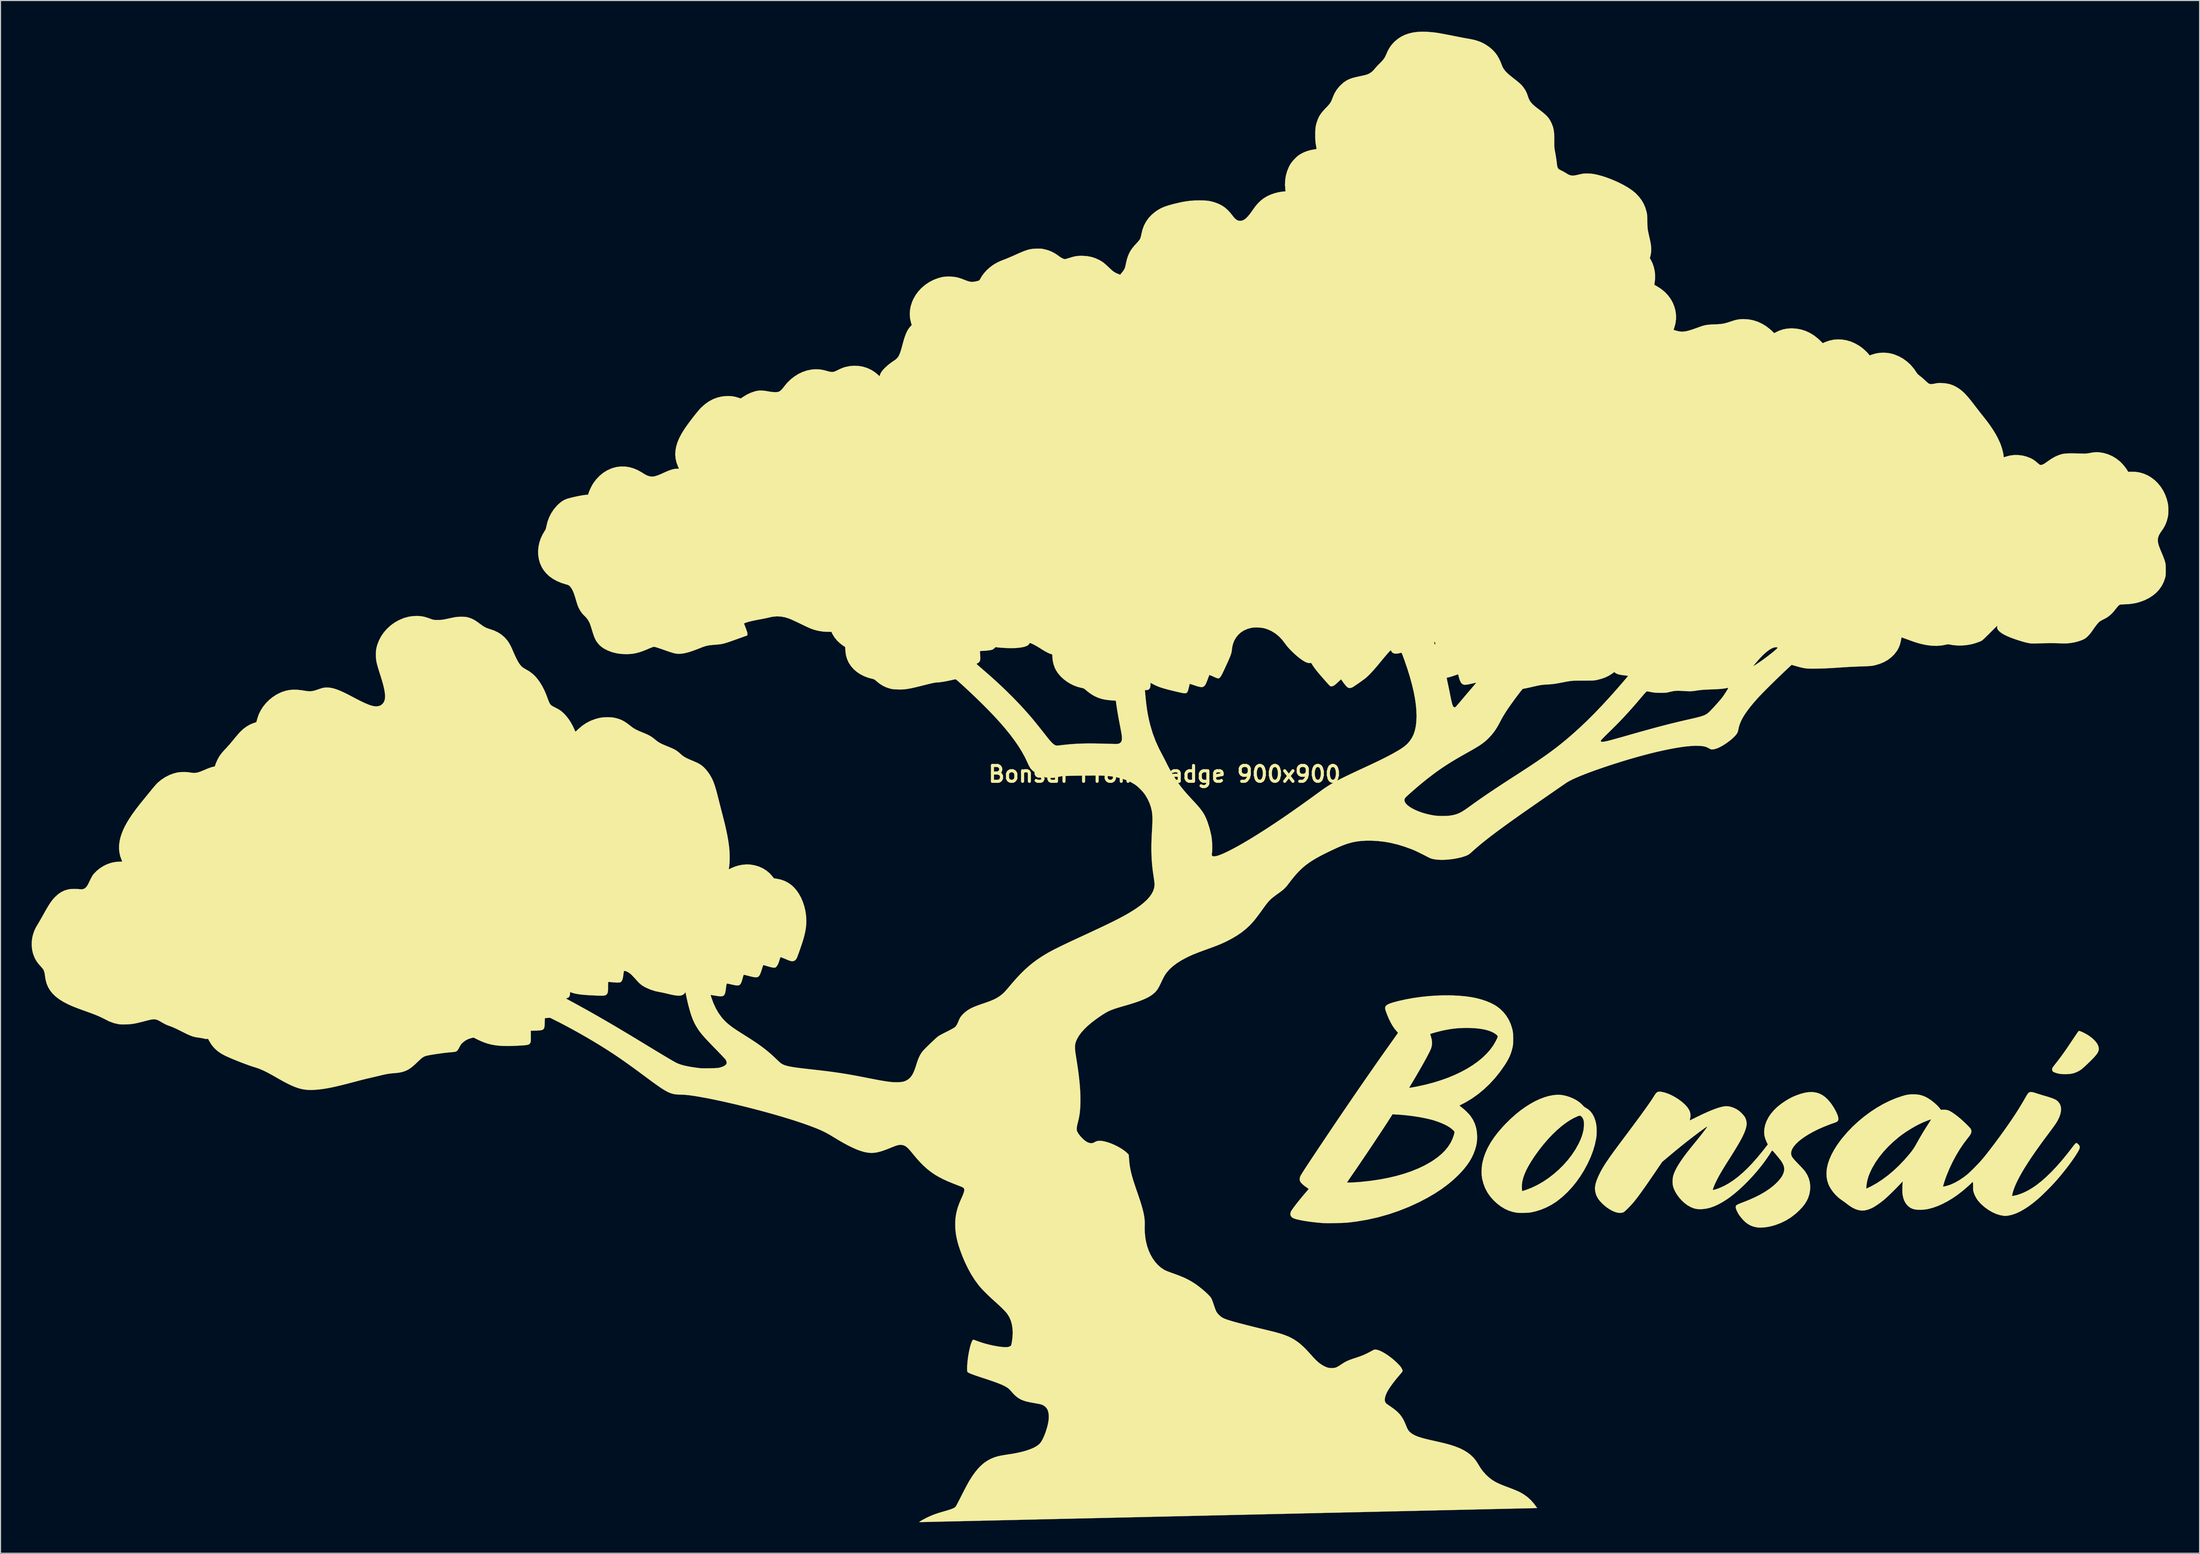
<source format=kicad_pcb>
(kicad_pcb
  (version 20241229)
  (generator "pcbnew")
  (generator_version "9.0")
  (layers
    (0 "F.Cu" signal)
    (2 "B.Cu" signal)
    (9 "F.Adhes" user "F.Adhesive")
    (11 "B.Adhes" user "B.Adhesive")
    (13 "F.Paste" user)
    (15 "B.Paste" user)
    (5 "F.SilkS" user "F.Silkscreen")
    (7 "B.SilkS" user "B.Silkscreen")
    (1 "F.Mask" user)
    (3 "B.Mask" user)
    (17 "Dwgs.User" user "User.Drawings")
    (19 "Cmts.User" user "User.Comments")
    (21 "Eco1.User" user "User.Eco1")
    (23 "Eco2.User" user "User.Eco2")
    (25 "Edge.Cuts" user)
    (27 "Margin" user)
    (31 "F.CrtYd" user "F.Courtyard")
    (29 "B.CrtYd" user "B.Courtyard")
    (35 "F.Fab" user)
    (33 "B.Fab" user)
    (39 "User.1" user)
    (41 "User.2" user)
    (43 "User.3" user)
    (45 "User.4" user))
  (footprint "Bonsai Front Badge 900x900"
    (layer "F.Cu")
    (at 109.164 71.566)
    (property "Reference" "Bonsai Front Badge 900x900" (at 0 0 0) (layer "F.SilkS") (effects (font (size 1.524 1.524) (thickness 0.3))))
    (attr through_hole)
    (fp_poly (pts (xy 88.16 24.757) (xy 88.237 24.778) (xy 88.345 24.821) (xy 88.493 24.889) (xy 88.532 24.908) (xy 88.852 25.077) (xy 89.14 25.26) (xy 89.393 25.454) (xy 89.608 25.654) (xy 89.782 25.857) (xy 89.912 26.06) (xy 89.994 26.259) (xy 90.025 26.451) (xy 90.023 26.528) (xy 90 26.65) (xy 89.954 26.774) (xy 89.88 26.905) (xy 89.773 27.053) (xy 89.629 27.224) (xy 89.535 27.327) (xy 89.397 27.472) (xy 89.239 27.632) (xy 89.068 27.799) (xy 88.893 27.966) (xy 88.723 28.125) (xy 88.564 28.268) (xy 88.426 28.387) (xy 88.317 28.476) (xy 88.292 28.494) (xy 88.085 28.623) (xy 87.845 28.738) (xy 87.595 28.827) (xy 87.531 28.844) (xy 87.332 28.883) (xy 87.096 28.909) (xy 86.842 28.92) (xy 86.588 28.917) (xy 86.352 28.9) (xy 86.164 28.87) (xy 85.943 28.814) (xy 85.767 28.754) (xy 85.64 28.69) (xy 85.579 28.64) (xy 85.538 28.557) (xy 85.527 28.462) (xy 85.528 28.419) (xy 85.533 28.381) (xy 85.546 28.341) (xy 85.571 28.292) (xy 85.612 28.229) (xy 85.673 28.145) (xy 85.758 28.033) (xy 85.871 27.888) (xy 85.965 27.769) (xy 86.149 27.532) (xy 86.328 27.294) (xy 86.509 27.047) (xy 86.696 26.785) (xy 86.896 26.498) (xy 87.112 26.181) (xy 87.35 25.826) (xy 87.427 25.71) (xy 87.563 25.507) (xy 87.69 25.318) (xy 87.804 25.149) (xy 87.902 25.005) (xy 87.98 24.891) (xy 88.035 24.813) (xy 88.064 24.775) (xy 88.066 24.772) (xy 88.106 24.756) (xy 88.16 24.757)) (stroke (width 0.01) (type solid)) (fill yes) (layer "F.SilkS"))
    (fp_poly (pts (xy 38.211 30.919) (xy 38.374 30.942) (xy 38.727 31.022) (xy 39.072 31.134) (xy 39.4 31.275) (xy 39.704 31.439) (xy 39.973 31.623) (xy 40.201 31.822) (xy 40.302 31.933) (xy 40.466 32.089) (xy 40.6 32.172) (xy 40.841 32.324) (xy 41.054 32.523) (xy 41.237 32.768) (xy 41.39 33.057) (xy 41.51 33.387) (xy 41.573 33.641) (xy 41.609 33.866) (xy 41.631 34.129) (xy 41.639 34.41) (xy 41.632 34.693) (xy 41.612 34.958) (xy 41.589 35.123) (xy 41.461 35.723) (xy 41.279 36.332) (xy 41.044 36.948) (xy 40.757 37.567) (xy 40.42 38.188) (xy 40.057 38.772) (xy 39.676 39.308) (xy 39.263 39.816) (xy 38.823 40.289) (xy 38.363 40.721) (xy 37.888 41.106) (xy 37.705 41.239) (xy 37.259 41.521) (xy 36.779 41.768) (xy 36.278 41.976) (xy 35.768 42.138) (xy 35.329 42.237) (xy 35.191 42.256) (xy 35.013 42.272) (xy 34.81 42.284) (xy 34.596 42.291) (xy 34.386 42.293) (xy 34.194 42.29) (xy 34.036 42.282) (xy 33.965 42.275) (xy 33.548 42.193) (xy 33.15 42.066) (xy 32.769 41.89) (xy 32.4 41.664) (xy 32.039 41.386) (xy 31.707 41.078) (xy 31.391 40.723) (xy 31.123 40.339) (xy 30.903 39.927) (xy 30.839 39.761) (xy 34.431 39.761) (xy 34.432 39.9) (xy 34.438 40.024) (xy 34.449 40.119) (xy 34.464 40.177) (xy 34.477 40.188) (xy 34.507 40.18) (xy 34.579 40.157) (xy 34.684 40.123) (xy 34.811 40.081) (xy 34.826 40.076) (xy 35.376 39.864) (xy 35.924 39.601) (xy 36.464 39.291) (xy 36.991 38.938) (xy 37.5 38.546) (xy 37.986 38.12) (xy 38.444 37.666) (xy 38.868 37.186) (xy 39.254 36.686) (xy 39.596 36.17) (xy 39.889 35.643) (xy 39.903 35.616) (xy 40.063 35.274) (xy 40.189 34.958) (xy 40.286 34.657) (xy 40.357 34.357) (xy 40.361 34.339) (xy 40.391 34.14) (xy 40.408 33.929) (xy 40.413 33.723) (xy 40.405 33.536) (xy 40.383 33.384) (xy 40.372 33.34) (xy 40.314 33.197) (xy 40.235 33.072) (xy 40.145 32.977) (xy 40.079 32.937) (xy 40.027 32.92) (xy 39.976 32.919) (xy 39.908 32.936) (xy 39.806 32.974) (xy 39.801 32.977) (xy 39.417 33.152) (xy 39.021 33.379) (xy 38.614 33.655) (xy 38.201 33.975) (xy 37.785 34.337) (xy 37.368 34.738) (xy 36.954 35.176) (xy 36.547 35.647) (xy 36.148 36.148) (xy 35.762 36.676) (xy 35.561 36.969) (xy 35.28 37.406) (xy 35.042 37.813) (xy 34.845 38.193) (xy 34.688 38.55) (xy 34.569 38.889) (xy 34.486 39.212) (xy 34.46 39.351) (xy 34.444 39.475) (xy 34.435 39.615) (xy 34.431 39.761) (xy 30.839 39.761) (xy 30.732 39.485) (xy 30.608 39.013) (xy 30.603 38.988) (xy 30.569 38.753) (xy 30.552 38.48) (xy 30.552 38.189) (xy 30.568 37.895) (xy 30.601 37.615) (xy 30.63 37.45) (xy 30.757 36.959) (xy 30.933 36.469) (xy 31.159 35.98) (xy 31.437 35.49) (xy 31.766 34.998) (xy 32.149 34.501) (xy 32.586 33.997) (xy 32.891 33.675) (xy 33.363 33.211) (xy 33.828 32.795) (xy 34.293 32.421) (xy 34.767 32.083) (xy 35.256 31.773) (xy 35.715 31.521) (xy 36.168 31.31) (xy 36.61 31.143) (xy 37.04 31.019) (xy 37.452 30.94) (xy 37.843 30.906) (xy 38.211 30.919)) (stroke (width 0.01) (type solid)) (fill yes) (layer "F.SilkS"))
    (fp_poly (pts (xy 27.662 21.325) (xy 28.36 21.358) (xy 29.024 21.42) (xy 29.549 21.494) (xy 30.044 21.591) (xy 30.519 21.715) (xy 30.968 21.864) (xy 31.383 22.034) (xy 31.756 22.222) (xy 31.992 22.367) (xy 32.338 22.63) (xy 32.65 22.936) (xy 32.924 23.279) (xy 33.155 23.653) (xy 33.339 24.052) (xy 33.398 24.216) (xy 33.467 24.431) (xy 33.518 24.618) (xy 33.555 24.791) (xy 33.578 24.967) (xy 33.591 25.159) (xy 33.597 25.384) (xy 33.597 25.527) (xy 33.595 25.724) (xy 33.592 25.879) (xy 33.585 26.003) (xy 33.573 26.112) (xy 33.556 26.219) (xy 33.532 26.336) (xy 33.517 26.402) (xy 33.442 26.69) (xy 33.353 26.959) (xy 33.246 27.22) (xy 33.115 27.485) (xy 32.955 27.765) (xy 32.763 28.069) (xy 32.318 28.702) (xy 31.84 29.296) (xy 31.332 29.85) (xy 30.796 30.36) (xy 30.235 30.826) (xy 29.651 31.243) (xy 29.048 31.61) (xy 28.667 31.81) (xy 28.562 31.863) (xy 28.479 31.909) (xy 28.429 31.939) (xy 28.42 31.948) (xy 28.441 31.971) (xy 28.498 32.018) (xy 28.579 32.081) (xy 28.61 32.104) (xy 28.748 32.213) (xy 28.905 32.349) (xy 29.068 32.503) (xy 29.225 32.66) (xy 29.365 32.81) (xy 29.474 32.94) (xy 29.491 32.962) (xy 29.717 33.31) (xy 29.892 33.677) (xy 30.016 34.067) (xy 30.093 34.481) (xy 30.121 34.924) (xy 30.121 34.967) (xy 30.11 35.289) (xy 30.076 35.587) (xy 30.014 35.882) (xy 29.922 36.197) (xy 29.913 36.223) (xy 29.764 36.617) (xy 29.582 36.997) (xy 29.363 37.37) (xy 29.103 37.742) (xy 28.799 38.118) (xy 28.446 38.506) (xy 28.392 38.562) (xy 27.878 39.056) (xy 27.313 39.531) (xy 26.698 39.987) (xy 26.03 40.426) (xy 25.309 40.846) (xy 24.539 41.248) (xy 23.573 41.694) (xy 22.588 42.087) (xy 21.585 42.427) (xy 20.568 42.714) (xy 19.538 42.945) (xy 18.497 43.122) (xy 17.667 43.223) (xy 17.529 43.234) (xy 17.347 43.244) (xy 17.13 43.254) (xy 16.889 43.263) (xy 16.635 43.27) (xy 16.376 43.276) (xy 16.122 43.28) (xy 15.885 43.283) (xy 15.674 43.283) (xy 15.499 43.281) (xy 15.37 43.276) (xy 15.367 43.276) (xy 14.981 43.247) (xy 14.594 43.211) (xy 14.213 43.167) (xy 13.845 43.118) (xy 13.497 43.064) (xy 13.178 43.007) (xy 12.894 42.947) (xy 12.654 42.886) (xy 12.504 42.839) (xy 12.333 42.758) (xy 12.212 42.652) (xy 12.141 42.524) (xy 12.123 42.377) (xy 12.158 42.215) (xy 12.194 42.132) (xy 12.248 42.042) (xy 12.333 41.915) (xy 12.447 41.757) (xy 12.585 41.573) (xy 12.743 41.368) (xy 12.917 41.149) (xy 13.101 40.922) (xy 13.292 40.69) (xy 13.485 40.461) (xy 13.553 40.381) (xy 13.66 40.257) (xy 13.752 40.148) (xy 13.824 40.061) (xy 13.87 40.003) (xy 13.885 39.982) (xy 13.863 39.961) (xy 13.804 39.917) (xy 13.718 39.856) (xy 13.652 39.811) (xy 13.504 39.704) (xy 13.363 39.589) (xy 13.238 39.474) (xy 13.141 39.369) (xy 13.134 39.359) (xy 17.582 39.359) (xy 17.609 39.366) (xy 17.685 39.368) (xy 17.8 39.367) (xy 17.949 39.362) (xy 18.122 39.355) (xy 18.313 39.344) (xy 18.512 39.332) (xy 18.713 39.318) (xy 18.907 39.302) (xy 18.944 39.299) (xy 19.845 39.2) (xy 20.712 39.072) (xy 21.542 38.915) (xy 22.332 38.729) (xy 23.083 38.515) (xy 23.791 38.273) (xy 24.454 38.004) (xy 25.072 37.709) (xy 25.642 37.387) (xy 25.881 37.235) (xy 26.318 36.923) (xy 26.702 36.602) (xy 27.034 36.268) (xy 27.316 35.921) (xy 27.55 35.557) (xy 27.658 35.349) (xy 27.733 35.185) (xy 27.801 35.01) (xy 27.861 34.838) (xy 27.906 34.682) (xy 27.934 34.554) (xy 27.94 34.486) (xy 27.918 34.439) (xy 27.859 34.368) (xy 27.771 34.282) (xy 27.663 34.188) (xy 27.544 34.095) (xy 27.464 34.039) (xy 27.235 33.899) (xy 26.96 33.759) (xy 26.65 33.623) (xy 26.315 33.494) (xy 25.966 33.378) (xy 25.695 33.301) (xy 25.293 33.203) (xy 24.846 33.111) (xy 24.368 33.027) (xy 23.871 32.953) (xy 23.367 32.89) (xy 22.869 32.841) (xy 22.388 32.807) (xy 22.333 32.805) (xy 21.968 32.786) (xy 21.689 33.221) (xy 21.463 33.572) (xy 21.208 33.962) (xy 20.931 34.385) (xy 20.636 34.832) (xy 20.327 35.298) (xy 20.009 35.775) (xy 19.687 36.257) (xy 19.365 36.735) (xy 19.049 37.203) (xy 18.743 37.654) (xy 18.451 38.082) (xy 18.179 38.478) (xy 18.114 38.572) (xy 17.987 38.756) (xy 17.87 38.926) (xy 17.769 39.075) (xy 17.686 39.199) (xy 17.625 39.291) (xy 17.59 39.346) (xy 17.582 39.359) (xy 13.134 39.359) (xy 13.081 39.285) (xy 13.081 39.284) (xy 13.027 39.126) (xy 13.027 38.954) (xy 13.049 38.856) (xy 13.061 38.82) (xy 13.077 38.78) (xy 13.099 38.732) (xy 13.129 38.675) (xy 13.168 38.605) (xy 13.219 38.519) (xy 13.282 38.416) (xy 13.36 38.292) (xy 13.455 38.144) (xy 13.567 37.971) (xy 13.699 37.769) (xy 13.853 37.536) (xy 14.03 37.269) (xy 14.232 36.965) (xy 14.46 36.622) (xy 14.716 36.237) (xy 14.961 35.87) (xy 15.548 34.993) (xy 16.143 34.107) (xy 16.744 33.217) (xy 17.347 32.329) (xy 17.948 31.448) (xy 18.544 30.579) (xy 18.782 30.234) (xy 23.564 30.234) (xy 23.721 30.215) (xy 23.802 30.204) (xy 23.924 30.183) (xy 24.076 30.156) (xy 24.246 30.124) (xy 24.378 30.098) (xy 25.155 29.928) (xy 25.903 29.731) (xy 26.621 29.509) (xy 27.305 29.263) (xy 27.955 28.994) (xy 28.569 28.704) (xy 29.143 28.393) (xy 29.677 28.063) (xy 30.168 27.715) (xy 30.614 27.35) (xy 31.013 26.969) (xy 31.364 26.574) (xy 31.663 26.165) (xy 31.91 25.745) (xy 31.962 25.64) (xy 32.032 25.493) (xy 32.078 25.387) (xy 32.1 25.311) (xy 32.099 25.255) (xy 32.076 25.208) (xy 32.031 25.16) (xy 31.985 25.119) (xy 31.771 24.963) (xy 31.506 24.827) (xy 31.192 24.712) (xy 30.833 24.617) (xy 30.429 24.545) (xy 29.983 24.494) (xy 29.497 24.467) (xy 29.111 24.461) (xy 28.68 24.468) (xy 28.28 24.489) (xy 27.892 24.526) (xy 27.499 24.581) (xy 27.083 24.657) (xy 26.825 24.71) (xy 26.686 24.741) (xy 26.527 24.78) (xy 26.356 24.824) (xy 26.183 24.87) (xy 26.017 24.915) (xy 25.867 24.958) (xy 25.742 24.996) (xy 25.652 25.026) (xy 25.605 25.045) (xy 25.602 25.047) (xy 25.606 25.077) (xy 25.624 25.147) (xy 25.653 25.243) (xy 25.665 25.278) (xy 25.745 25.579) (xy 25.778 25.858) (xy 25.763 26.124) (xy 25.7 26.386) (xy 25.642 26.536) (xy 25.568 26.696) (xy 25.467 26.9) (xy 25.342 27.141) (xy 25.194 27.417) (xy 25.027 27.722) (xy 24.843 28.052) (xy 24.644 28.401) (xy 24.434 28.766) (xy 24.215 29.141) (xy 23.989 29.523) (xy 23.942 29.602) (xy 23.564 30.234) (xy 18.782 30.234) (xy 19.131 29.727) (xy 19.706 28.897) (xy 20.265 28.094) (xy 20.805 27.324) (xy 21.323 26.59) (xy 21.814 25.899) (xy 21.863 25.831) (xy 22.003 25.634) (xy 22.133 25.451) (xy 22.248 25.288) (xy 22.345 25.15) (xy 22.42 25.041) (xy 22.471 24.967) (xy 22.493 24.933) (xy 22.493 24.931) (xy 22.475 24.904) (xy 22.427 24.846) (xy 22.358 24.769) (xy 22.33 24.739) (xy 22.146 24.516) (xy 21.962 24.242) (xy 21.782 23.926) (xy 21.609 23.573) (xy 21.448 23.19) (xy 21.31 22.812) (xy 21.272 22.679) (xy 21.256 22.564) (xy 21.265 22.462) (xy 21.303 22.372) (xy 21.373 22.29) (xy 21.479 22.215) (xy 21.624 22.143) (xy 21.811 22.072) (xy 22.045 21.999) (xy 22.329 21.921) (xy 22.564 21.861) (xy 23.257 21.706) (xy 23.976 21.576) (xy 24.712 21.472) (xy 25.457 21.394) (xy 26.203 21.344) (xy 26.941 21.321) (xy 27.662 21.325)) (stroke (width 0.01) (type solid)) (fill yes) (layer "F.SilkS"))
    (fp_poly (pts (xy 47.797 30.61) (xy 47.885 30.622) (xy 48.186 30.688) (xy 48.508 30.797) (xy 48.842 30.944) (xy 49.179 31.124) (xy 49.51 31.332) (xy 49.824 31.564) (xy 49.902 31.627) (xy 50.164 31.865) (xy 50.371 32.097) (xy 50.525 32.325) (xy 50.627 32.551) (xy 50.677 32.779) (xy 50.677 33.011) (xy 50.643 33.195) (xy 50.622 33.285) (xy 50.609 33.349) (xy 50.608 33.373) (xy 50.634 33.363) (xy 50.705 33.331) (xy 50.813 33.279) (xy 50.951 33.212) (xy 51.114 33.133) (xy 51.295 33.043) (xy 51.312 33.035) (xy 51.825 32.786) (xy 52.295 32.572) (xy 52.721 32.392) (xy 53.105 32.245) (xy 53.444 32.134) (xy 53.74 32.056) (xy 53.991 32.013) (xy 54.149 32.004) (xy 54.378 32.025) (xy 54.627 32.085) (xy 54.88 32.178) (xy 55.123 32.299) (xy 55.335 32.438) (xy 55.48 32.559) (xy 55.627 32.701) (xy 55.763 32.849) (xy 55.875 32.991) (xy 55.946 33.101) (xy 56.036 33.322) (xy 56.084 33.562) (xy 56.084 33.802) (xy 56.078 33.85) (xy 56.047 34.015) (xy 56.001 34.189) (xy 55.939 34.376) (xy 55.859 34.578) (xy 55.759 34.8) (xy 55.638 35.045) (xy 55.493 35.316) (xy 55.323 35.616) (xy 55.127 35.949) (xy 54.903 36.318) (xy 54.648 36.727) (xy 54.422 37.084) (xy 54.201 37.433) (xy 54.008 37.741) (xy 53.839 38.015) (xy 53.691 38.262) (xy 53.56 38.486) (xy 53.442 38.695) (xy 53.334 38.895) (xy 53.231 39.092) (xy 53.226 39.102) (xy 53.129 39.299) (xy 53.04 39.49) (xy 52.963 39.669) (xy 52.901 39.826) (xy 52.857 39.954) (xy 52.834 40.043) (xy 52.832 40.066) (xy 52.857 40.077) (xy 52.925 40.068) (xy 53.029 40.044) (xy 53.159 40.006) (xy 53.306 39.956) (xy 53.453 39.9) (xy 53.896 39.702) (xy 54.341 39.457) (xy 54.79 39.164) (xy 55.243 38.823) (xy 55.702 38.432) (xy 56.168 37.989) (xy 56.642 37.496) (xy 57.124 36.949) (xy 57.618 36.348) (xy 57.792 36.126) (xy 58.13 35.691) (xy 58.008 35.435) (xy 57.883 35.134) (xy 57.807 34.845) (xy 57.777 34.556) (xy 57.79 34.252) (xy 57.797 34.191) (xy 57.875 33.814) (xy 58.008 33.444) (xy 58.193 33.083) (xy 58.43 32.732) (xy 58.717 32.394) (xy 59.051 32.071) (xy 59.432 31.765) (xy 59.858 31.479) (xy 59.931 31.434) (xy 60.148 31.307) (xy 60.335 31.204) (xy 60.511 31.116) (xy 60.693 31.036) (xy 60.897 30.954) (xy 60.916 30.946) (xy 61.337 30.801) (xy 61.725 30.702) (xy 62.081 30.648) (xy 62.404 30.641) (xy 62.521 30.65) (xy 62.837 30.706) (xy 63.123 30.799) (xy 63.389 30.935) (xy 63.643 31.118) (xy 63.868 31.324) (xy 64.032 31.503) (xy 64.194 31.705) (xy 64.349 31.923) (xy 64.494 32.149) (xy 64.624 32.376) (xy 64.737 32.597) (xy 64.827 32.805) (xy 64.892 32.993) (xy 64.927 33.154) (xy 64.928 33.28) (xy 64.927 33.289) (xy 64.9 33.379) (xy 64.853 33.45) (xy 64.777 33.51) (xy 64.661 33.565) (xy 64.523 33.614) (xy 64.283 33.697) (xy 64.01 33.799) (xy 63.72 33.913) (xy 63.431 34.032) (xy 63.159 34.15) (xy 62.921 34.259) (xy 62.481 34.482) (xy 62.076 34.708) (xy 61.71 34.937) (xy 61.384 35.167) (xy 61.099 35.396) (xy 60.859 35.623) (xy 60.665 35.845) (xy 60.518 36.06) (xy 60.421 36.268) (xy 60.376 36.466) (xy 60.376 36.607) (xy 60.392 36.696) (xy 60.418 36.782) (xy 60.46 36.87) (xy 60.521 36.966) (xy 60.606 37.077) (xy 60.719 37.207) (xy 60.864 37.363) (xy 61.046 37.551) (xy 61.07 37.576) (xy 61.219 37.731) (xy 61.363 37.882) (xy 61.493 38.023) (xy 61.603 38.147) (xy 61.686 38.244) (xy 61.727 38.298) (xy 61.932 38.632) (xy 62.083 38.979) (xy 62.178 39.339) (xy 62.218 39.71) (xy 62.203 40.092) (xy 62.133 40.481) (xy 62.131 40.488) (xy 62.029 40.811) (xy 61.889 41.118) (xy 61.706 41.417) (xy 61.476 41.714) (xy 61.201 42.011) (xy 60.787 42.392) (xy 60.357 42.722) (xy 59.902 43.005) (xy 59.416 43.245) (xy 58.893 43.447) (xy 58.842 43.464) (xy 58.536 43.553) (xy 58.219 43.623) (xy 57.905 43.673) (xy 57.603 43.702) (xy 57.328 43.708) (xy 57.09 43.688) (xy 57.079 43.687) (xy 56.771 43.619) (xy 56.487 43.515) (xy 56.222 43.371) (xy 55.971 43.182) (xy 55.729 42.946) (xy 55.489 42.659) (xy 55.391 42.525) (xy 55.294 42.377) (xy 55.205 42.218) (xy 55.129 42.06) (xy 55.072 41.916) (xy 55.039 41.797) (xy 55.033 41.745) (xy 55.037 41.679) (xy 55.054 41.622) (xy 55.088 41.572) (xy 55.147 41.524) (xy 55.236 41.473) (xy 55.361 41.416) (xy 55.529 41.348) (xy 55.711 41.279) (xy 56.329 41.033) (xy 56.893 40.78) (xy 57.405 40.521) (xy 57.868 40.252) (xy 58.284 39.973) (xy 58.656 39.683) (xy 58.892 39.471) (xy 59.138 39.222) (xy 59.335 38.991) (xy 59.488 38.77) (xy 59.6 38.554) (xy 59.675 38.338) (xy 59.678 38.326) (xy 59.711 38.119) (xy 59.701 37.917) (xy 59.647 37.71) (xy 59.545 37.492) (xy 59.434 37.313) (xy 59.378 37.235) (xy 59.298 37.131) (xy 59.201 37.009) (xy 59.093 36.876) (xy 58.98 36.74) (xy 58.869 36.609) (xy 58.766 36.489) (xy 58.677 36.388) (xy 58.608 36.315) (xy 58.566 36.275) (xy 58.56 36.271) (xy 58.534 36.288) (xy 58.494 36.34) (xy 58.474 36.37) (xy 58.171 36.845) (xy 57.831 37.329) (xy 57.459 37.816) (xy 57.062 38.3) (xy 56.645 38.774) (xy 56.215 39.232) (xy 55.777 39.668) (xy 55.337 40.075) (xy 54.902 40.447) (xy 54.477 40.777) (xy 54.176 40.989) (xy 53.745 41.26) (xy 53.337 41.484) (xy 52.947 41.66) (xy 52.571 41.792) (xy 52.204 41.879) (xy 51.844 41.925) (xy 51.744 41.931) (xy 51.476 41.931) (xy 51.242 41.908) (xy 51.022 41.856) (xy 50.796 41.771) (xy 50.645 41.7) (xy 50.365 41.536) (xy 50.09 41.328) (xy 49.829 41.085) (xy 49.589 40.815) (xy 49.377 40.527) (xy 49.199 40.23) (xy 49.064 39.932) (xy 49.002 39.737) (xy 48.965 39.535) (xy 48.952 39.302) (xy 48.961 39.059) (xy 48.991 38.826) (xy 49.022 38.693) (xy 49.1 38.458) (xy 49.211 38.202) (xy 49.355 37.922) (xy 49.535 37.618) (xy 49.751 37.286) (xy 50.004 36.925) (xy 50.297 36.532) (xy 50.629 36.107) (xy 50.969 35.687) (xy 51.19 35.418) (xy 51.398 35.16) (xy 51.591 34.919) (xy 51.767 34.697) (xy 51.922 34.497) (xy 52.054 34.324) (xy 52.16 34.181) (xy 52.237 34.071) (xy 52.283 33.998) (xy 52.296 33.968) (xy 52.274 33.972) (xy 52.213 34.008) (xy 52.115 34.073) (xy 51.985 34.163) (xy 51.828 34.276) (xy 51.647 34.409) (xy 51.446 34.558) (xy 51.231 34.72) (xy 51.004 34.893) (xy 50.77 35.072) (xy 50.533 35.256) (xy 50.297 35.44) (xy 50.067 35.623) (xy 49.964 35.705) (xy 49.748 35.879) (xy 49.505 36.077) (xy 49.249 36.287) (xy 48.996 36.496) (xy 48.762 36.692) (xy 48.614 36.816) (xy 47.944 37.38) (xy 47.504 38.029) (xy 47.176 38.513) (xy 46.875 38.952) (xy 46.601 39.35) (xy 46.352 39.708) (xy 46.124 40.03) (xy 45.917 40.319) (xy 45.728 40.577) (xy 45.556 40.808) (xy 45.397 41.014) (xy 45.333 41.096) (xy 45.203 41.255) (xy 45.058 41.422) (xy 44.905 41.589) (xy 44.751 41.751) (xy 44.603 41.9) (xy 44.466 42.031) (xy 44.348 42.135) (xy 44.255 42.207) (xy 44.21 42.234) (xy 44.036 42.286) (xy 43.835 42.293) (xy 43.611 42.259) (xy 43.37 42.186) (xy 43.117 42.074) (xy 42.857 41.928) (xy 42.595 41.748) (xy 42.336 41.537) (xy 42.148 41.36) (xy 41.927 41.121) (xy 41.756 40.887) (xy 41.629 40.651) (xy 41.541 40.403) (xy 41.488 40.133) (xy 41.487 40.123) (xy 41.476 39.905) (xy 41.497 39.673) (xy 41.553 39.419) (xy 41.643 39.139) (xy 41.77 38.828) (xy 41.865 38.622) (xy 41.953 38.444) (xy 42.044 38.268) (xy 42.142 38.089) (xy 42.249 37.905) (xy 42.367 37.711) (xy 42.499 37.505) (xy 42.648 37.282) (xy 42.815 37.038) (xy 43.003 36.771) (xy 43.214 36.477) (xy 43.452 36.152) (xy 43.718 35.792) (xy 44.015 35.394) (xy 44.239 35.094) (xy 44.662 34.53) (xy 45.051 34.008) (xy 45.406 33.529) (xy 45.729 33.091) (xy 46.019 32.693) (xy 46.278 32.334) (xy 46.507 32.013) (xy 46.706 31.729) (xy 46.876 31.481) (xy 47.017 31.268) (xy 47.131 31.089) (xy 47.158 31.045) (xy 47.266 30.875) (xy 47.361 30.752) (xy 47.452 30.669) (xy 47.549 30.622) (xy 47.661 30.604) (xy 47.797 30.61)) (stroke (width 0.01) (type solid)) (fill yes) (layer "F.SilkS"))
    (fp_poly (pts (xy 83.58 30.643) (xy 83.739 30.679) (xy 83.938 30.739) (xy 83.992 30.757) (xy 84.171 30.815) (xy 84.362 30.874) (xy 84.545 30.93) (xy 84.7 30.976) (xy 84.737 30.987) (xy 85.039 31.075) (xy 85.292 31.154) (xy 85.501 31.225) (xy 85.673 31.293) (xy 85.814 31.359) (xy 85.93 31.426) (xy 86.027 31.497) (xy 86.11 31.574) (xy 86.133 31.599) (xy 86.265 31.784) (xy 86.35 31.996) (xy 86.386 32.233) (xy 86.375 32.493) (xy 86.317 32.772) (xy 86.212 33.069) (xy 86.061 33.381) (xy 85.892 33.662) (xy 85.834 33.747) (xy 85.748 33.87) (xy 85.639 34.021) (xy 85.513 34.194) (xy 85.377 34.379) (xy 85.235 34.568) (xy 85.19 34.629) (xy 84.716 35.265) (xy 84.281 35.863) (xy 83.883 36.425) (xy 83.521 36.953) (xy 83.194 37.448) (xy 82.9 37.913) (xy 82.638 38.349) (xy 82.408 38.758) (xy 82.207 39.142) (xy 82.055 39.46) (xy 81.961 39.676) (xy 81.874 39.895) (xy 81.799 40.105) (xy 81.74 40.294) (xy 81.7 40.451) (xy 81.687 40.522) (xy 81.668 40.666) (xy 81.777 40.649) (xy 82.114 40.577) (xy 82.473 40.461) (xy 82.848 40.306) (xy 83.229 40.114) (xy 83.609 39.889) (xy 83.981 39.636) (xy 84.02 39.607) (xy 84.491 39.235) (xy 84.972 38.81) (xy 85.463 38.333) (xy 85.96 37.807) (xy 86.463 37.234) (xy 86.97 36.615) (xy 87.273 36.225) (xy 87.427 36.024) (xy 87.55 35.864) (xy 87.648 35.741) (xy 87.725 35.653) (xy 87.785 35.594) (xy 87.832 35.562) (xy 87.872 35.553) (xy 87.909 35.563) (xy 87.946 35.589) (xy 87.99 35.627) (xy 87.998 35.635) (xy 88.105 35.744) (xy 88.169 35.846) (xy 88.192 35.951) (xy 88.174 36.07) (xy 88.117 36.213) (xy 88.05 36.337) (xy 87.871 36.634) (xy 87.655 36.963) (xy 87.409 37.316) (xy 87.138 37.687) (xy 86.846 38.068) (xy 86.539 38.452) (xy 86.223 38.834) (xy 85.903 39.204) (xy 85.78 39.342) (xy 85.625 39.51) (xy 85.442 39.703) (xy 85.24 39.911) (xy 85.027 40.125) (xy 84.812 40.337) (xy 84.605 40.538) (xy 84.413 40.72) (xy 84.246 40.873) (xy 84.173 40.938) (xy 83.719 41.315) (xy 83.278 41.644) (xy 82.851 41.924) (xy 82.441 42.156) (xy 82.048 42.337) (xy 81.673 42.468) (xy 81.318 42.548) (xy 81.245 42.558) (xy 81.135 42.571) (xy 81.045 42.58) (xy 80.991 42.583) (xy 80.984 42.583) (xy 80.938 42.577) (xy 80.865 42.569) (xy 80.857 42.568) (xy 80.501 42.505) (xy 80.138 42.39) (xy 79.771 42.226) (xy 79.408 42.015) (xy 79.052 41.76) (xy 78.86 41.6) (xy 78.605 41.36) (xy 78.396 41.125) (xy 78.228 40.884) (xy 78.091 40.627) (xy 77.995 40.389) (xy 77.961 40.291) (xy 77.938 40.209) (xy 77.923 40.13) (xy 77.914 40.038) (xy 77.91 39.922) (xy 77.908 39.766) (xy 77.908 39.719) (xy 77.907 39.546) (xy 77.904 39.425) (xy 77.895 39.351) (xy 77.877 39.319) (xy 77.846 39.324) (xy 77.8 39.362) (xy 77.736 39.429) (xy 77.724 39.441) (xy 77.653 39.511) (xy 77.548 39.608) (xy 77.419 39.725) (xy 77.274 39.852) (xy 77.123 39.982) (xy 76.976 40.107) (xy 76.843 40.217) (xy 76.821 40.235) (xy 76.361 40.585) (xy 75.893 40.903) (xy 75.421 41.185) (xy 74.951 41.429) (xy 74.488 41.633) (xy 74.039 41.793) (xy 73.608 41.907) (xy 73.441 41.939) (xy 73.176 41.974) (xy 72.896 41.993) (xy 72.774 41.995) (xy 72.485 41.982) (xy 72.237 41.943) (xy 72.022 41.875) (xy 71.831 41.773) (xy 71.654 41.635) (xy 71.617 41.6) (xy 71.44 41.397) (xy 71.301 41.16) (xy 71.195 40.885) (xy 71.122 40.566) (xy 71.119 40.543) (xy 71.109 40.447) (xy 71.102 40.312) (xy 71.098 40.149) (xy 71.098 39.971) (xy 71.101 39.79) (xy 71.106 39.619) (xy 71.113 39.469) (xy 71.124 39.352) (xy 71.135 39.285) (xy 71.13 39.269) (xy 71.094 39.292) (xy 71.026 39.357) (xy 70.925 39.464) (xy 70.921 39.469) (xy 70.766 39.635) (xy 70.587 39.82) (xy 70.393 40.017) (xy 70.19 40.219) (xy 69.986 40.418) (xy 69.789 40.607) (xy 69.606 40.778) (xy 69.445 40.925) (xy 69.313 41.039) (xy 69.286 41.062) (xy 69.083 41.221) (xy 68.869 41.379) (xy 68.656 41.527) (xy 68.454 41.658) (xy 68.277 41.763) (xy 68.205 41.801) (xy 68.102 41.848) (xy 67.969 41.903) (xy 67.829 41.956) (xy 67.782 41.973) (xy 67.492 42.046) (xy 67.203 42.066) (xy 66.913 42.032) (xy 66.617 41.944) (xy 66.313 41.802) (xy 66.278 41.782) (xy 66.158 41.708) (xy 66.016 41.613) (xy 65.872 41.51) (xy 65.784 41.443) (xy 65.641 41.334) (xy 65.476 41.213) (xy 65.315 41.099) (xy 65.236 41.046) (xy 64.961 40.839) (xy 64.696 40.591) (xy 64.451 40.315) (xy 64.236 40.021) (xy 64.189 39.941) (xy 67.612 39.941) (xy 67.68 39.92) (xy 67.73 39.9) (xy 67.818 39.859) (xy 67.933 39.804) (xy 68.062 39.74) (xy 68.078 39.732) (xy 68.62 39.431) (xy 69.163 39.076) (xy 69.704 38.673) (xy 70.239 38.224) (xy 70.762 37.732) (xy 71.271 37.202) (xy 71.76 36.636) (xy 71.867 36.505) (xy 71.998 36.337) (xy 72.113 36.179) (xy 72.221 36.017) (xy 72.332 35.837) (xy 72.454 35.623) (xy 72.489 35.56) (xy 72.8 35.01) (xy 73.1 34.501) (xy 73.399 34.019) (xy 73.593 33.718) (xy 73.682 33.58) (xy 73.758 33.459) (xy 73.815 33.363) (xy 73.85 33.299) (xy 73.857 33.274) (xy 73.857 33.274) (xy 73.815 33.284) (xy 73.731 33.313) (xy 73.615 33.356) (xy 73.477 33.408) (xy 73.327 33.468) (xy 73.177 33.53) (xy 73.034 33.59) (xy 72.958 33.623) (xy 72.659 33.767) (xy 72.332 33.941) (xy 71.99 34.139) (xy 71.645 34.352) (xy 71.311 34.572) (xy 70.999 34.793) (xy 70.756 34.979) (xy 70.216 35.438) (xy 69.717 35.915) (xy 69.264 36.407) (xy 68.858 36.91) (xy 68.502 37.422) (xy 68.2 37.94) (xy 68.118 38.1) (xy 67.947 38.469) (xy 67.816 38.812) (xy 67.721 39.141) (xy 67.658 39.468) (xy 67.631 39.705) (xy 67.612 39.941) (xy 64.189 39.941) (xy 64.061 39.722) (xy 63.978 39.546) (xy 63.86 39.188) (xy 63.795 38.813) (xy 63.782 38.421) (xy 63.821 38.013) (xy 63.913 37.59) (xy 64.057 37.153) (xy 64.252 36.704) (xy 64.498 36.242) (xy 64.795 35.769) (xy 65.143 35.286) (xy 65.315 35.066) (xy 65.793 34.507) (xy 66.307 33.974) (xy 66.851 33.469) (xy 67.422 32.996) (xy 68.014 32.558) (xy 68.621 32.159) (xy 69.24 31.802) (xy 69.865 31.492) (xy 70.491 31.23) (xy 71.064 31.036) (xy 71.288 30.972) (xy 71.476 30.925) (xy 71.644 30.893) (xy 71.809 30.874) (xy 71.988 30.865) (xy 72.192 30.864) (xy 72.435 30.872) (xy 72.641 30.892) (xy 72.83 30.929) (xy 73.021 30.986) (xy 73.233 31.067) (xy 73.248 31.073) (xy 73.465 31.18) (xy 73.701 31.324) (xy 73.945 31.496) (xy 74.183 31.687) (xy 74.405 31.887) (xy 74.597 32.086) (xy 74.7 32.21) (xy 74.814 32.359) (xy 74.964 32.343) (xy 75.178 32.341) (xy 75.393 32.372) (xy 75.585 32.434) (xy 75.595 32.438) (xy 75.779 32.536) (xy 75.992 32.671) (xy 76.228 32.839) (xy 76.479 33.035) (xy 76.739 33.252) (xy 77 33.487) (xy 77.257 33.732) (xy 77.263 33.738) (xy 77.41 33.885) (xy 77.521 33.999) (xy 77.601 34.088) (xy 77.657 34.156) (xy 77.694 34.212) (xy 77.716 34.261) (xy 77.724 34.287) (xy 77.744 34.399) (xy 77.74 34.505) (xy 77.709 34.616) (xy 77.648 34.739) (xy 77.552 34.882) (xy 77.419 35.054) (xy 77.398 35.08) (xy 77.003 35.598) (xy 76.623 36.161) (xy 76.263 36.761) (xy 75.928 37.388) (xy 75.624 38.032) (xy 75.372 38.642) (xy 75.305 38.819) (xy 75.24 39.002) (xy 75.179 39.181) (xy 75.125 39.349) (xy 75.079 39.498) (xy 75.044 39.62) (xy 75.024 39.707) (xy 75.02 39.75) (xy 75.021 39.753) (xy 75.057 39.755) (xy 75.134 39.743) (xy 75.242 39.718) (xy 75.369 39.685) (xy 75.502 39.646) (xy 75.631 39.605) (xy 75.741 39.565) (xy 76.163 39.373) (xy 76.593 39.129) (xy 77.025 38.836) (xy 77.272 38.647) (xy 77.402 38.537) (xy 77.561 38.392) (xy 77.742 38.22) (xy 77.937 38.029) (xy 78.138 37.825) (xy 78.338 37.618) (xy 78.529 37.414) (xy 78.703 37.222) (xy 78.853 37.049) (xy 78.871 37.028) (xy 79.039 36.822) (xy 79.234 36.577) (xy 79.451 36.299) (xy 79.684 35.995) (xy 79.929 35.672) (xy 80.179 35.337) (xy 80.43 34.997) (xy 80.495 34.909) (xy 80.907 34.339) (xy 81.285 33.803) (xy 81.633 33.296) (xy 81.955 32.811) (xy 82.256 32.342) (xy 82.539 31.881) (xy 82.81 31.423) (xy 82.972 31.138) (xy 83.079 30.953) (xy 83.172 30.814) (xy 83.259 30.717) (xy 83.35 30.658) (xy 83.454 30.634) (xy 83.58 30.643)) (stroke (width 0.01) (type solid)) (fill yes) (layer "F.SilkS"))
    (fp_poly (pts (xy 25.361 -71.547) (xy 25.915 -71.498) (xy 26.233 -71.456) (xy 26.351 -71.438) (xy 26.515 -71.41) (xy 26.717 -71.373) (xy 26.948 -71.331) (xy 27.198 -71.283) (xy 27.459 -71.233) (xy 27.721 -71.181) (xy 27.742 -71.177) (xy 28.007 -71.124) (xy 28.273 -71.072) (xy 28.53 -71.022) (xy 28.77 -70.976) (xy 28.982 -70.937) (xy 29.159 -70.904) (xy 29.29 -70.882) (xy 29.295 -70.881) (xy 29.697 -70.804) (xy 30.054 -70.712) (xy 30.377 -70.601) (xy 30.678 -70.466) (xy 30.965 -70.303) (xy 31.251 -70.108) (xy 31.295 -70.075) (xy 31.578 -69.838) (xy 31.825 -69.581) (xy 32.04 -69.295) (xy 32.229 -68.973) (xy 32.397 -68.609) (xy 32.495 -68.352) (xy 32.563 -68.185) (xy 32.647 -68.027) (xy 32.752 -67.874) (xy 32.883 -67.718) (xy 33.046 -67.555) (xy 33.246 -67.378) (xy 33.488 -67.181) (xy 33.584 -67.105) (xy 33.802 -66.935) (xy 33.98 -66.792) (xy 34.126 -66.67) (xy 34.246 -66.564) (xy 34.347 -66.468) (xy 34.435 -66.375) (xy 34.517 -66.279) (xy 34.555 -66.233) (xy 34.744 -65.961) (xy 34.896 -65.663) (xy 35.009 -65.349) (xy 35.078 -65.149) (xy 35.162 -64.97) (xy 35.266 -64.804) (xy 35.398 -64.643) (xy 35.562 -64.48) (xy 35.766 -64.308) (xy 35.983 -64.14) (xy 36.248 -63.94) (xy 36.471 -63.763) (xy 36.656 -63.605) (xy 36.81 -63.459) (xy 36.938 -63.32) (xy 37.045 -63.182) (xy 37.137 -63.04) (xy 37.22 -62.888) (xy 37.224 -62.881) (xy 37.32 -62.676) (xy 37.397 -62.479) (xy 37.457 -62.281) (xy 37.501 -62.072) (xy 37.531 -61.842) (xy 37.549 -61.582) (xy 37.557 -61.282) (xy 37.558 -61.045) (xy 37.557 -60.83) (xy 37.557 -60.66) (xy 37.56 -60.522) (xy 37.567 -60.405) (xy 37.578 -60.295) (xy 37.594 -60.182) (xy 37.616 -60.053) (xy 37.644 -59.906) (xy 37.679 -59.712) (xy 37.714 -59.501) (xy 37.745 -59.296) (xy 37.77 -59.116) (xy 37.777 -59.059) (xy 37.802 -58.842) (xy 37.826 -58.674) (xy 37.853 -58.544) (xy 37.886 -58.447) (xy 37.931 -58.373) (xy 37.991 -58.313) (xy 38.07 -58.261) (xy 38.174 -58.208) (xy 38.229 -58.182) (xy 38.371 -58.11) (xy 38.521 -58.028) (xy 38.655 -57.949) (xy 38.702 -57.92) (xy 38.859 -57.823) (xy 39.001 -57.754) (xy 39.139 -57.711) (xy 39.284 -57.693) (xy 39.446 -57.699) (xy 39.637 -57.728) (xy 39.868 -57.778) (xy 39.918 -57.79) (xy 40.093 -57.832) (xy 40.231 -57.861) (xy 40.349 -57.879) (xy 40.464 -57.889) (xy 40.594 -57.893) (xy 40.711 -57.894) (xy 40.939 -57.887) (xy 41.164 -57.869) (xy 41.358 -57.843) (xy 41.359 -57.843) (xy 41.737 -57.763) (xy 42.135 -57.655) (xy 42.545 -57.523) (xy 42.961 -57.37) (xy 43.373 -57.2) (xy 43.776 -57.016) (xy 44.161 -56.821) (xy 44.522 -56.619) (xy 44.85 -56.414) (xy 45.138 -56.208) (xy 45.378 -56.005) (xy 45.41 -55.976) (xy 45.714 -55.653) (xy 45.966 -55.32) (xy 46.17 -54.971) (xy 46.329 -54.598) (xy 46.447 -54.194) (xy 46.459 -54.144) (xy 46.479 -54.044) (xy 46.494 -53.939) (xy 46.506 -53.82) (xy 46.514 -53.676) (xy 46.519 -53.497) (xy 46.522 -53.272) (xy 46.523 -53.255) (xy 46.525 -53.074) (xy 46.528 -52.923) (xy 46.533 -52.793) (xy 46.541 -52.675) (xy 46.554 -52.559) (xy 46.573 -52.436) (xy 46.598 -52.297) (xy 46.633 -52.134) (xy 46.676 -51.936) (xy 46.731 -51.695) (xy 46.748 -51.622) (xy 46.816 -51.298) (xy 46.864 -51.016) (xy 46.891 -50.767) (xy 46.898 -50.538) (xy 46.885 -50.322) (xy 46.853 -50.107) (xy 46.821 -49.961) (xy 46.765 -49.729) (xy 46.86 -49.566) (xy 47.021 -49.238) (xy 47.144 -48.879) (xy 47.228 -48.5) (xy 47.27 -48.115) (xy 47.268 -47.736) (xy 47.227 -47.41) (xy 47.207 -47.291) (xy 47.198 -47.216) (xy 47.203 -47.174) (xy 47.219 -47.152) (xy 47.22 -47.152) (xy 47.26 -47.128) (xy 47.336 -47.085) (xy 47.435 -47.028) (xy 47.491 -46.996) (xy 47.875 -46.747) (xy 48.218 -46.462) (xy 48.518 -46.143) (xy 48.773 -45.794) (xy 48.981 -45.417) (xy 49.121 -45.07) (xy 49.227 -44.676) (xy 49.282 -44.273) (xy 49.285 -43.869) (xy 49.236 -43.472) (xy 49.136 -43.089) (xy 49.117 -43.033) (xy 49.084 -42.937) (xy 49.062 -42.864) (xy 49.055 -42.829) (xy 49.055 -42.827) (xy 49.099 -42.805) (xy 49.184 -42.776) (xy 49.295 -42.744) (xy 49.42 -42.713) (xy 49.544 -42.686) (xy 49.652 -42.668) (xy 49.655 -42.667) (xy 49.796 -42.654) (xy 49.937 -42.652) (xy 50.085 -42.664) (xy 50.247 -42.689) (xy 50.429 -42.73) (xy 50.636 -42.789) (xy 50.877 -42.866) (xy 51.158 -42.963) (xy 51.442 -43.066) (xy 51.656 -43.143) (xy 51.841 -43.204) (xy 52.009 -43.25) (xy 52.173 -43.285) (xy 52.345 -43.31) (xy 52.538 -43.328) (xy 52.765 -43.342) (xy 52.987 -43.351) (xy 53.246 -43.361) (xy 53.463 -43.375) (xy 53.649 -43.393) (xy 53.82 -43.419) (xy 53.988 -43.455) (xy 54.167 -43.503) (xy 54.37 -43.565) (xy 54.609 -43.644) (xy 54.862 -43.726) (xy 55.081 -43.785) (xy 55.282 -43.825) (xy 55.48 -43.848) (xy 55.694 -43.859) (xy 55.809 -43.86) (xy 56.263 -43.832) (xy 56.707 -43.749) (xy 57.139 -43.613) (xy 57.556 -43.423) (xy 57.956 -43.182) (xy 58.336 -42.889) (xy 58.505 -42.736) (xy 58.75 -42.505) (xy 58.938 -42.605) (xy 59.275 -42.761) (xy 59.616 -42.871) (xy 59.972 -42.938) (xy 60.356 -42.965) (xy 60.452 -42.966) (xy 60.903 -42.938) (xy 61.343 -42.854) (xy 61.771 -42.717) (xy 62.183 -42.527) (xy 62.577 -42.285) (xy 62.951 -41.992) (xy 63.155 -41.803) (xy 63.421 -41.54) (xy 63.657 -41.642) (xy 64.056 -41.783) (xy 64.466 -41.871) (xy 64.882 -41.904) (xy 65.3 -41.885) (xy 65.718 -41.813) (xy 66.132 -41.69) (xy 66.537 -41.515) (xy 66.93 -41.289) (xy 67.158 -41.13) (xy 67.313 -41.006) (xy 67.48 -40.858) (xy 67.642 -40.703) (xy 67.784 -40.555) (xy 67.851 -40.478) (xy 67.95 -40.358) (xy 68.177 -40.441) (xy 68.56 -40.552) (xy 68.961 -40.612) (xy 69.37 -40.622) (xy 69.78 -40.583) (xy 70.182 -40.493) (xy 70.352 -40.438) (xy 70.782 -40.257) (xy 71.188 -40.026) (xy 71.564 -39.75) (xy 71.906 -39.432) (xy 72.211 -39.074) (xy 72.455 -38.715) (xy 72.532 -38.606) (xy 72.634 -38.502) (xy 72.774 -38.389) (xy 72.782 -38.383) (xy 72.896 -38.293) (xy 73.033 -38.179) (xy 73.173 -38.055) (xy 73.288 -37.948) (xy 73.398 -37.845) (xy 73.502 -37.754) (xy 73.589 -37.683) (xy 73.647 -37.641) (xy 73.653 -37.638) (xy 73.753 -37.604) (xy 73.88 -37.595) (xy 74.043 -37.609) (xy 74.249 -37.649) (xy 74.26 -37.651) (xy 74.381 -37.676) (xy 74.49 -37.692) (xy 74.605 -37.7) (xy 74.742 -37.701) (xy 74.916 -37.696) (xy 75.309 -37.661) (xy 75.67 -37.585) (xy 76.009 -37.464) (xy 76.336 -37.296) (xy 76.44 -37.231) (xy 76.607 -37.118) (xy 76.766 -36.998) (xy 76.922 -36.866) (xy 77.079 -36.717) (xy 77.243 -36.546) (xy 77.418 -36.348) (xy 77.609 -36.119) (xy 77.821 -35.852) (xy 78.058 -35.544) (xy 78.081 -35.514) (xy 78.228 -35.322) (xy 78.392 -35.111) (xy 78.56 -34.895) (xy 78.721 -34.691) (xy 78.862 -34.513) (xy 78.889 -34.479) (xy 79.249 -34.02) (xy 79.565 -33.588) (xy 79.842 -33.177) (xy 80.082 -32.783) (xy 80.289 -32.399) (xy 80.466 -32.022) (xy 80.535 -31.858) (xy 80.621 -31.625) (xy 80.699 -31.379) (xy 80.766 -31.135) (xy 80.815 -30.909) (xy 80.843 -30.727) (xy 80.854 -30.632) (xy 80.863 -30.563) (xy 80.869 -30.536) (xy 80.869 -30.536) (xy 80.897 -30.545) (xy 80.964 -30.567) (xy 81.059 -30.599) (xy 81.085 -30.608) (xy 81.461 -30.707) (xy 81.853 -30.757) (xy 82.254 -30.757) (xy 82.654 -30.708) (xy 83.046 -30.611) (xy 83.419 -30.467) (xy 83.51 -30.424) (xy 83.659 -30.344) (xy 83.788 -30.264) (xy 83.915 -30.17) (xy 84.057 -30.052) (xy 84.127 -29.989) (xy 84.226 -29.902) (xy 84.298 -29.847) (xy 84.354 -29.817) (xy 84.407 -29.805) (xy 84.453 -29.803) (xy 84.53 -29.812) (xy 84.618 -29.842) (xy 84.724 -29.896) (xy 84.856 -29.979) (xy 85.02 -30.093) (xy 85.09 -30.144) (xy 85.436 -30.382) (xy 85.766 -30.573) (xy 86.087 -30.721) (xy 86.405 -30.829) (xy 86.445 -30.839) (xy 86.542 -30.862) (xy 86.649 -30.881) (xy 86.769 -30.895) (xy 86.91 -30.906) (xy 87.077 -30.912) (xy 87.275 -30.916) (xy 87.51 -30.915) (xy 87.788 -30.912) (xy 88.115 -30.906) (xy 88.251 -30.903) (xy 88.457 -30.899) (xy 88.619 -30.897) (xy 88.749 -30.9) (xy 88.859 -30.907) (xy 88.96 -30.919) (xy 89.067 -30.936) (xy 89.14 -30.95) (xy 89.373 -30.993) (xy 89.569 -31.019) (xy 89.743 -31.032) (xy 89.912 -31.031) (xy 90.091 -31.017) (xy 90.102 -31.016) (xy 90.522 -30.945) (xy 90.932 -30.82) (xy 91.325 -30.646) (xy 91.695 -30.424) (xy 92.035 -30.16) (xy 92.165 -30.038) (xy 92.301 -29.896) (xy 92.444 -29.729) (xy 92.582 -29.556) (xy 92.7 -29.391) (xy 92.767 -29.288) (xy 92.856 -29.139) (xy 93.185 -29.149) (xy 93.599 -29.134) (xy 94.001 -29.066) (xy 94.388 -28.948) (xy 94.757 -28.782) (xy 95.104 -28.572) (xy 95.428 -28.319) (xy 95.724 -28.027) (xy 95.989 -27.699) (xy 96.221 -27.337) (xy 96.416 -26.944) (xy 96.57 -26.522) (xy 96.679 -26.09) (xy 96.708 -25.883) (xy 96.725 -25.64) (xy 96.729 -25.383) (xy 96.719 -25.131) (xy 96.697 -24.903) (xy 96.68 -24.8) (xy 96.572 -24.383) (xy 96.419 -23.999) (xy 96.22 -23.644) (xy 96.095 -23.467) (xy 95.933 -23.235) (xy 95.818 -23.023) (xy 95.745 -22.823) (xy 95.713 -22.626) (xy 95.718 -22.423) (xy 95.726 -22.361) (xy 95.747 -22.25) (xy 95.776 -22.134) (xy 95.815 -22.005) (xy 95.869 -21.854) (xy 95.939 -21.675) (xy 96.028 -21.459) (xy 96.108 -21.272) (xy 96.182 -21.093) (xy 96.254 -20.91) (xy 96.319 -20.736) (xy 96.37 -20.588) (xy 96.398 -20.496) (xy 96.425 -20.394) (xy 96.445 -20.303) (xy 96.459 -20.213) (xy 96.467 -20.111) (xy 96.472 -19.985) (xy 96.475 -19.823) (xy 96.476 -19.685) (xy 96.476 -19.489) (xy 96.473 -19.338) (xy 96.468 -19.221) (xy 96.459 -19.125) (xy 96.444 -19.039) (xy 96.424 -18.952) (xy 96.413 -18.911) (xy 96.277 -18.519) (xy 96.093 -18.154) (xy 95.86 -17.817) (xy 95.582 -17.511) (xy 95.259 -17.236) (xy 94.893 -16.994) (xy 94.485 -16.787) (xy 94.365 -16.736) (xy 94.012 -16.606) (xy 93.665 -16.507) (xy 93.309 -16.437) (xy 92.927 -16.392) (xy 92.594 -16.373) (xy 92.409 -16.365) (xy 92.272 -16.359) (xy 92.173 -16.352) (xy 92.104 -16.342) (xy 92.054 -16.329) (xy 92.016 -16.31) (xy 91.979 -16.285) (xy 91.966 -16.275) (xy 91.909 -16.221) (xy 91.829 -16.134) (xy 91.738 -16.026) (xy 91.646 -15.909) (xy 91.422 -15.632) (xy 91.201 -15.402) (xy 90.972 -15.21) (xy 90.726 -15.048) (xy 90.493 -14.926) (xy 90.365 -14.862) (xy 90.24 -14.793) (xy 90.137 -14.731) (xy 90.107 -14.711) (xy 90.012 -14.626) (xy 89.891 -14.492) (xy 89.745 -14.308) (xy 89.575 -14.074) (xy 89.41 -13.836) (xy 89.239 -13.602) (xy 89.061 -13.393) (xy 88.884 -13.216) (xy 88.718 -13.082) (xy 88.702 -13.071) (xy 88.571 -12.998) (xy 88.396 -12.921) (xy 88.19 -12.845) (xy 87.965 -12.775) (xy 87.734 -12.716) (xy 87.672 -12.702) (xy 87.255 -12.63) (xy 86.84 -12.597) (xy 86.405 -12.602) (xy 86.374 -12.604) (xy 86.008 -12.619) (xy 85.59 -12.625) (xy 85.126 -12.624) (xy 84.621 -12.615) (xy 84.229 -12.604) (xy 84.002 -12.596) (xy 83.821 -12.592) (xy 83.677 -12.592) (xy 83.559 -12.595) (xy 83.458 -12.602) (xy 83.364 -12.614) (xy 83.284 -12.627) (xy 83.086 -12.668) (xy 82.849 -12.728) (xy 82.583 -12.804) (xy 82.3 -12.892) (xy 82.012 -12.987) (xy 81.731 -13.087) (xy 81.467 -13.187) (xy 81.233 -13.284) (xy 81.16 -13.317) (xy 80.897 -13.447) (xy 80.674 -13.581) (xy 80.492 -13.715) (xy 80.354 -13.847) (xy 80.264 -13.974) (xy 80.223 -14.095) (xy 80.234 -14.205) (xy 80.235 -14.208) (xy 80.252 -14.269) (xy 80.25 -14.304) (xy 80.25 -14.304) (xy 80.227 -14.288) (xy 80.17 -14.237) (xy 80.082 -14.154) (xy 79.968 -14.044) (xy 79.834 -13.911) (xy 79.684 -13.761) (xy 79.551 -13.627) (xy 79.38 -13.455) (xy 79.217 -13.296) (xy 79.07 -13.153) (xy 78.942 -13.033) (xy 78.839 -12.94) (xy 78.767 -12.88) (xy 78.74 -12.861) (xy 78.635 -12.81) (xy 78.488 -12.75) (xy 78.314 -12.687) (xy 78.126 -12.625) (xy 77.937 -12.569) (xy 77.762 -12.523) (xy 77.692 -12.507) (xy 77.261 -12.434) (xy 76.821 -12.399) (xy 76.385 -12.4) (xy 75.97 -12.438) (xy 75.767 -12.473) (xy 75.635 -12.498) (xy 75.541 -12.511) (xy 75.468 -12.513) (xy 75.398 -12.503) (xy 75.33 -12.487) (xy 74.887 -12.402) (xy 74.42 -12.365) (xy 73.933 -12.378) (xy 73.432 -12.438) (xy 72.997 -12.528) (xy 72.815 -12.574) (xy 72.645 -12.62) (xy 72.477 -12.67) (xy 72.299 -12.727) (xy 72.102 -12.794) (xy 71.873 -12.875) (xy 71.609 -12.971) (xy 71.441 -13.032) (xy 71.291 -13.087) (xy 71.167 -13.131) (xy 71.078 -13.163) (xy 71.03 -13.178) (xy 71.025 -13.18) (xy 71.011 -13.155) (xy 70.996 -13.094) (xy 70.993 -13.074) (xy 70.93 -12.749) (xy 70.853 -12.467) (xy 70.756 -12.216) (xy 70.635 -11.984) (xy 70.555 -11.858) (xy 70.307 -11.538) (xy 70.016 -11.254) (xy 69.685 -11.006) (xy 69.315 -10.797) (xy 68.91 -10.627) (xy 68.471 -10.498) (xy 68.329 -10.467) (xy 68.225 -10.448) (xy 68.104 -10.433) (xy 67.959 -10.42) (xy 67.783 -10.408) (xy 67.567 -10.398) (xy 67.305 -10.388) (xy 67.225 -10.386) (xy 66.96 -10.377) (xy 66.713 -10.368) (xy 66.476 -10.358) (xy 66.24 -10.347) (xy 65.996 -10.334) (xy 65.736 -10.319) (xy 65.451 -10.302) (xy 65.131 -10.281) (xy 64.769 -10.256) (xy 64.558 -10.242) (xy 64.296 -10.226) (xy 63.997 -10.21) (xy 63.679 -10.195) (xy 63.362 -10.183) (xy 63.065 -10.174) (xy 62.879 -10.169) (xy 62.579 -10.165) (xy 62.325 -10.165) (xy 62.106 -10.17) (xy 61.912 -10.182) (xy 61.732 -10.202) (xy 61.556 -10.231) (xy 61.372 -10.27) (xy 61.171 -10.321) (xy 60.941 -10.385) (xy 60.882 -10.402) (xy 60.423 -10.535) (xy 60.261 -10.383) (xy 59.866 -10.011) (xy 59.48 -9.644) (xy 59.105 -9.284) (xy 58.747 -8.937) (xy 58.408 -8.604) (xy 58.092 -8.29) (xy 57.803 -7.999) (xy 57.544 -7.734) (xy 57.32 -7.499) (xy 57.133 -7.297) (xy 57.107 -7.267) (xy 56.741 -6.849) (xy 56.421 -6.46) (xy 56.144 -6.095) (xy 55.908 -5.754) (xy 55.713 -5.432) (xy 55.555 -5.127) (xy 55.433 -4.835) (xy 55.345 -4.555) (xy 55.3 -4.341) (xy 55.266 -4.182) (xy 55.225 -4.046) (xy 55.186 -3.959) (xy 55.075 -3.801) (xy 54.92 -3.627) (xy 54.729 -3.445) (xy 54.511 -3.259) (xy 54.273 -3.077) (xy 54.025 -2.905) (xy 53.774 -2.749) (xy 53.528 -2.614) (xy 53.296 -2.508) (xy 53.227 -2.482) (xy 53.003 -2.412) (xy 52.817 -2.381) (xy 52.671 -2.388) (xy 52.588 -2.418) (xy 52.412 -2.515) (xy 52.261 -2.588) (xy 52.119 -2.641) (xy 51.972 -2.678) (xy 51.807 -2.703) (xy 51.608 -2.72) (xy 51.463 -2.727) (xy 51.119 -2.731) (xy 50.727 -2.712) (xy 50.288 -2.672) (xy 49.807 -2.61) (xy 49.285 -2.527) (xy 48.725 -2.424) (xy 48.131 -2.302) (xy 47.505 -2.162) (xy 46.849 -2.003) (xy 46.167 -1.826) (xy 45.462 -1.632) (xy 44.736 -1.423) (xy 43.992 -1.197) (xy 43.232 -0.956) (xy 42.771 -0.805) (xy 42.142 -0.593) (xy 41.558 -0.39) (xy 41.021 -0.195) (xy 40.531 -0.009) (xy 40.089 0.166) (xy 39.698 0.331) (xy 39.357 0.486) (xy 39.068 0.629) (xy 38.833 0.761) (xy 38.721 0.832) (xy 38.639 0.888) (xy 38.515 0.973) (xy 38.353 1.084) (xy 38.158 1.218) (xy 37.935 1.372) (xy 37.687 1.544) (xy 37.42 1.729) (xy 37.137 1.925) (xy 36.843 2.129) (xy 36.542 2.337) (xy 36.239 2.547) (xy 35.939 2.756) (xy 35.645 2.961) (xy 35.362 3.157) (xy 35.094 3.344) (xy 34.847 3.516) (xy 34.623 3.672) (xy 34.429 3.808) (xy 34.267 3.922) (xy 34.191 3.975) (xy 33.572 4.414) (xy 32.998 4.826) (xy 32.468 5.212) (xy 31.979 5.574) (xy 31.528 5.914) (xy 31.113 6.234) (xy 30.733 6.536) (xy 30.383 6.822) (xy 30.063 7.093) (xy 29.769 7.352) (xy 29.669 7.442) (xy 29.527 7.57) (xy 29.412 7.666) (xy 29.312 7.739) (xy 29.214 7.797) (xy 29.104 7.847) (xy 28.971 7.899) (xy 28.897 7.925) (xy 28.584 8.021) (xy 28.232 8.103) (xy 27.855 8.17) (xy 27.468 8.22) (xy 27.084 8.252) (xy 26.719 8.263) (xy 26.385 8.252) (xy 26.287 8.244) (xy 26.05 8.215) (xy 25.855 8.179) (xy 25.689 8.132) (xy 25.535 8.071) (xy 25.456 8.033) (xy 25.156 7.878) (xy 24.899 7.747) (xy 24.679 7.637) (xy 24.491 7.544) (xy 24.329 7.466) (xy 24.186 7.399) (xy 24.057 7.342) (xy 23.935 7.29) (xy 23.814 7.242) (xy 23.791 7.233) (xy 23.117 6.988) (xy 22.465 6.788) (xy 21.828 6.633) (xy 21.196 6.52) (xy 20.564 6.447) (xy 19.979 6.415) (xy 19.467 6.413) (xy 18.994 6.436) (xy 18.549 6.487) (xy 18.119 6.568) (xy 17.692 6.683) (xy 17.257 6.834) (xy 16.801 7.022) (xy 16.651 7.089) (xy 16.135 7.329) (xy 15.668 7.553) (xy 15.245 7.764) (xy 14.862 7.967) (xy 14.514 8.164) (xy 14.196 8.358) (xy 13.904 8.553) (xy 13.634 8.752) (xy 13.381 8.959) (xy 13.14 9.177) (xy 12.907 9.409) (xy 12.677 9.659) (xy 12.447 9.929) (xy 12.21 10.224) (xy 11.986 10.516) (xy 11.859 10.681) (xy 11.747 10.82) (xy 11.639 10.941) (xy 11.528 11.051) (xy 11.405 11.16) (xy 11.26 11.275) (xy 11.086 11.405) (xy 10.883 11.55) (xy 10.64 11.727) (xy 10.436 11.885) (xy 10.262 12.034) (xy 10.107 12.185) (xy 9.962 12.345) (xy 9.817 12.525) (xy 9.664 12.731) (xy 9.436 13.047) (xy 9.237 13.32) (xy 9.064 13.554) (xy 8.914 13.753) (xy 8.784 13.922) (xy 8.672 14.064) (xy 8.573 14.183) (xy 8.551 14.21) (xy 8.205 14.584) (xy 7.831 14.93) (xy 7.425 15.253) (xy 6.979 15.557) (xy 6.488 15.848) (xy 6.068 16.068) (xy 5.895 16.154) (xy 5.731 16.232) (xy 5.57 16.305) (xy 5.404 16.378) (xy 5.226 16.452) (xy 5.03 16.53) (xy 4.807 16.615) (xy 4.551 16.711) (xy 4.254 16.819) (xy 3.976 16.921) (xy 3.638 17.043) (xy 3.347 17.152) (xy 3.092 17.25) (xy 2.868 17.34) (xy 2.664 17.425) (xy 2.475 17.509) (xy 2.29 17.596) (xy 2.11 17.685) (xy 1.625 17.947) (xy 1.194 18.219) (xy 0.818 18.502) (xy 0.496 18.795) (xy 0.229 19.097) (xy 0.195 19.142) (xy 0.124 19.239) (xy 0.062 19.33) (xy 0.003 19.425) (xy -0.058 19.533) (xy -0.125 19.661) (xy -0.203 19.82) (xy -0.297 20.018) (xy -0.347 20.123) (xy -0.425 20.283) (xy -0.504 20.439) (xy -0.578 20.577) (xy -0.64 20.686) (xy -0.668 20.729) (xy -0.798 20.901) (xy -0.949 21.061) (xy -1.125 21.213) (xy -1.328 21.358) (xy -1.563 21.497) (xy -1.834 21.633) (xy -2.143 21.767) (xy -2.494 21.901) (xy -2.891 22.037) (xy -3.338 22.177) (xy -3.739 22.295) (xy -4.091 22.397) (xy -4.394 22.487) (xy -4.656 22.569) (xy -4.884 22.645) (xy -5.084 22.719) (xy -5.264 22.793) (xy -5.43 22.87) (xy -5.589 22.952) (xy -5.747 23.044) (xy -5.912 23.146) (xy -6.091 23.263) (xy -6.116 23.28) (xy -6.603 23.62) (xy -7.036 23.951) (xy -7.416 24.274) (xy -7.742 24.59) (xy -8.018 24.9) (xy -8.243 25.205) (xy -8.418 25.506) (xy -8.456 25.586) (xy -8.523 25.741) (xy -8.573 25.889) (xy -8.608 26.038) (xy -8.627 26.195) (xy -8.631 26.37) (xy -8.619 26.569) (xy -8.594 26.803) (xy -8.554 27.078) (xy -8.524 27.258) (xy -8.408 27.991) (xy -8.31 28.675) (xy -8.232 29.313) (xy -8.173 29.909) (xy -8.132 30.467) (xy -8.109 30.991) (xy -8.105 31.484) (xy -8.108 31.708) (xy -8.121 32.059) (xy -8.141 32.369) (xy -8.171 32.652) (xy -8.211 32.922) (xy -8.264 33.195) (xy -8.332 33.484) (xy -8.342 33.522) (xy -8.399 33.757) (xy -8.438 33.947) (xy -8.46 34.1) (xy -8.465 34.225) (xy -8.453 34.33) (xy -8.426 34.423) (xy -8.399 34.482) (xy -8.29 34.664) (xy -8.146 34.855) (xy -7.978 35.043) (xy -7.8 35.215) (xy -7.62 35.361) (xy -7.452 35.467) (xy -7.441 35.473) (xy -7.252 35.547) (xy -7.074 35.574) (xy -6.912 35.553) (xy -6.83 35.52) (xy -6.737 35.471) (xy -6.637 35.418) (xy -6.62 35.409) (xy -6.457 35.354) (xy -6.252 35.337) (xy -6.006 35.357) (xy -5.72 35.416) (xy -5.405 35.507) (xy -5.108 35.616) (xy -4.807 35.746) (xy -4.512 35.893) (xy -4.233 36.051) (xy -3.98 36.215) (xy -3.764 36.377) (xy -3.623 36.503) (xy -3.449 36.678) (xy -3.433 36.93) (xy -3.412 37.204) (xy -3.387 37.462) (xy -3.356 37.711) (xy -3.316 37.956) (xy -3.267 38.204) (xy -3.207 38.463) (xy -3.135 38.738) (xy -3.048 39.037) (xy -2.945 39.365) (xy -2.825 39.73) (xy -2.686 40.137) (xy -2.621 40.325) (xy -2.468 40.773) (xy -2.335 41.175) (xy -2.223 41.536) (xy -2.13 41.862) (xy -2.055 42.158) (xy -1.996 42.43) (xy -1.953 42.683) (xy -1.924 42.923) (xy -1.909 43.155) (xy -1.905 43.385) (xy -1.911 43.612) (xy -1.914 43.891) (xy -1.9 44.204) (xy -1.869 44.531) (xy -1.825 44.851) (xy -1.792 45.03) (xy -1.679 45.486) (xy -1.53 45.918) (xy -1.347 46.322) (xy -1.133 46.695) (xy -0.891 47.031) (xy -0.623 47.327) (xy -0.333 47.578) (xy -0.024 47.78) (xy 0.058 47.823) (xy 0.142 47.861) (xy 0.267 47.913) (xy 0.424 47.974) (xy 0.599 48.04) (xy 0.783 48.107) (xy 0.82 48.12) (xy 1.192 48.254) (xy 1.519 48.379) (xy 1.808 48.5) (xy 2.07 48.619) (xy 2.314 48.743) (xy 2.549 48.875) (xy 2.783 49.019) (xy 2.893 49.09) (xy 3.097 49.23) (xy 3.309 49.388) (xy 3.524 49.557) (xy 3.735 49.732) (xy 3.934 49.906) (xy 4.116 50.074) (xy 4.272 50.23) (xy 4.398 50.367) (xy 4.485 50.481) (xy 4.503 50.508) (xy 4.534 50.574) (xy 4.579 50.683) (xy 4.632 50.823) (xy 4.689 50.984) (xy 4.742 51.141) (xy 4.8 51.313) (xy 4.859 51.477) (xy 4.912 51.621) (xy 4.958 51.733) (xy 4.988 51.798) (xy 5.092 51.954) (xy 5.234 52.114) (xy 5.398 52.261) (xy 5.568 52.381) (xy 5.638 52.419) (xy 5.732 52.464) (xy 5.847 52.511) (xy 5.984 52.561) (xy 6.146 52.616) (xy 6.335 52.675) (xy 6.555 52.74) (xy 6.807 52.812) (xy 7.094 52.89) (xy 7.419 52.976) (xy 7.784 53.07) (xy 8.191 53.174) (xy 8.643 53.287) (xy 9.143 53.41) (xy 9.693 53.544) (xy 10.294 53.69) (xy 10.773 53.812) (xy 11.202 53.936) (xy 11.589 54.068) (xy 11.942 54.211) (xy 12.268 54.371) (xy 12.573 54.55) (xy 12.866 54.753) (xy 13.153 54.986) (xy 13.442 55.251) (xy 13.74 55.555) (xy 14.055 55.9) (xy 14.127 55.981) (xy 14.356 56.237) (xy 14.563 56.451) (xy 14.753 56.63) (xy 14.933 56.78) (xy 15.112 56.906) (xy 15.295 57.015) (xy 15.33 57.034) (xy 15.52 57.128) (xy 15.685 57.191) (xy 15.842 57.229) (xy 16.01 57.246) (xy 16.101 57.248) (xy 16.246 57.244) (xy 16.372 57.228) (xy 16.492 57.197) (xy 16.616 57.145) (xy 16.757 57.068) (xy 16.924 56.962) (xy 17.013 56.903) (xy 17.192 56.785) (xy 17.356 56.686) (xy 17.515 56.601) (xy 17.682 56.523) (xy 17.868 56.448) (xy 18.084 56.371) (xy 18.342 56.285) (xy 18.373 56.276) (xy 18.68 56.174) (xy 18.947 56.077) (xy 19.19 55.979) (xy 19.424 55.872) (xy 19.665 55.751) (xy 19.852 55.651) (xy 19.996 55.573) (xy 20.101 55.519) (xy 20.179 55.484) (xy 20.239 55.466) (xy 20.292 55.46) (xy 20.349 55.462) (xy 20.36 55.463) (xy 20.534 55.498) (xy 20.738 55.571) (xy 20.966 55.678) (xy 21.211 55.816) (xy 21.468 55.98) (xy 21.729 56.167) (xy 21.989 56.372) (xy 22.24 56.591) (xy 22.425 56.767) (xy 22.571 56.917) (xy 22.682 57.038) (xy 22.763 57.14) (xy 22.824 57.23) (xy 22.855 57.289) (xy 22.9 57.386) (xy 22.932 57.469) (xy 22.945 57.52) (xy 22.945 57.521) (xy 22.927 57.563) (xy 22.879 57.635) (xy 22.81 57.724) (xy 22.768 57.774) (xy 22.471 58.122) (xy 22.202 58.453) (xy 21.963 58.764) (xy 21.757 59.05) (xy 21.588 59.308) (xy 21.457 59.533) (xy 21.435 59.576) (xy 21.322 59.832) (xy 21.25 60.062) (xy 21.222 60.265) (xy 21.235 60.438) (xy 21.292 60.579) (xy 21.391 60.685) (xy 21.397 60.69) (xy 21.443 60.722) (xy 21.525 60.779) (xy 21.635 60.854) (xy 21.76 60.94) (xy 21.824 60.984) (xy 22.128 61.204) (xy 22.385 61.416) (xy 22.603 61.631) (xy 22.79 61.857) (xy 22.953 62.104) (xy 23.1 62.382) (xy 23.238 62.7) (xy 23.27 62.78) (xy 23.354 62.986) (xy 23.434 63.147) (xy 23.514 63.274) (xy 23.602 63.377) (xy 23.686 63.453) (xy 23.812 63.549) (xy 23.947 63.636) (xy 24.095 63.717) (xy 24.262 63.794) (xy 24.453 63.867) (xy 24.673 63.939) (xy 24.928 64.013) (xy 25.223 64.089) (xy 25.564 64.17) (xy 25.908 64.247) (xy 26.134 64.298) (xy 26.372 64.352) (xy 26.606 64.407) (xy 26.821 64.458) (xy 27.004 64.502) (xy 27.079 64.521) (xy 27.6 64.666) (xy 28.069 64.823) (xy 28.49 64.994) (xy 28.865 65.182) (xy 29.198 65.389) (xy 29.494 65.616) (xy 29.754 65.867) (xy 29.983 66.143) (xy 30.185 66.446) (xy 30.227 66.52) (xy 30.445 66.874) (xy 30.676 67.19) (xy 30.935 67.482) (xy 31.002 67.55) (xy 31.209 67.746) (xy 31.42 67.919) (xy 31.643 68.076) (xy 31.887 68.221) (xy 32.161 68.359) (xy 32.472 68.496) (xy 32.83 68.636) (xy 32.865 68.649) (xy 33.179 68.766) (xy 33.447 68.868) (xy 33.672 68.957) (xy 33.862 69.035) (xy 34.022 69.104) (xy 34.159 69.168) (xy 34.258 69.218) (xy 34.639 69.44) (xy 34.978 69.686) (xy 35.284 69.964) (xy 35.569 70.284) (xy 35.744 70.516) (xy 35.905 70.739) (xy 35.627 70.747) (xy 35.586 70.748) (xy 35.491 70.75) (xy 35.341 70.753) (xy 35.139 70.758) (xy 34.884 70.764) (xy 34.58 70.771) (xy 34.226 70.779) (xy 33.824 70.788) (xy 33.375 70.798) (xy 32.88 70.81) (xy 32.341 70.822) (xy 31.759 70.835) (xy 31.134 70.849) (xy 30.469 70.864) (xy 29.763 70.881) (xy 29.02 70.897) (xy 28.238 70.915) (xy 27.421 70.934) (xy 26.569 70.953) (xy 25.682 70.973) (xy 24.764 70.994) (xy 23.813 71.016) (xy 22.833 71.038) (xy 21.823 71.061) (xy 20.786 71.085) (xy 19.722 71.109) (xy 18.633 71.134) (xy 17.519 71.159) (xy 16.382 71.185) (xy 15.223 71.211) (xy 14.044 71.238) (xy 12.845 71.265) (xy 11.628 71.293) (xy 10.393 71.321) (xy 9.143 71.349) (xy 7.878 71.378) (xy 6.6 71.407) (xy 6.237 71.415) (xy 4.954 71.444) (xy 3.684 71.473) (xy 2.429 71.502) (xy 1.189 71.53) (xy -0.035 71.558) (xy -1.241 71.585) (xy -2.427 71.612) (xy -3.594 71.639) (xy -4.739 71.665) (xy -5.862 71.69) (xy -6.96 71.715) (xy -8.034 71.74) (xy -9.082 71.763) (xy -10.102 71.787) (xy -11.093 71.809) (xy -12.055 71.831) (xy -12.986 71.852) (xy -13.885 71.873) (xy -14.75 71.893) (xy -15.581 71.912) (xy -16.376 71.93) (xy -17.134 71.947) (xy -17.854 71.964) (xy -18.534 71.979) (xy -19.174 71.994) (xy -19.772 72.007) (xy -20.328 72.02) (xy -20.839 72.032) (xy -21.304 72.043) (xy -21.724 72.052) (xy -22.095 72.061) (xy -22.418 72.068) (xy -22.69 72.075) (xy -22.911 72.08) (xy -23.08 72.084) (xy -23.195 72.086) (xy -23.255 72.088) (xy -23.261 72.088) (xy -23.401 72.091) (xy -23.516 72.091) (xy -23.597 72.088) (xy -23.635 72.082) (xy -23.636 72.079) (xy -23.601 72.05) (xy -23.524 72.001) (xy -23.413 71.935) (xy -23.277 71.859) (xy -23.123 71.776) (xy -22.959 71.692) (xy -22.902 71.663) (xy -22.657 71.547) (xy -22.406 71.439) (xy -22.138 71.337) (xy -21.844 71.236) (xy -21.513 71.133) (xy -21.217 71.047) (xy -20.938 70.966) (xy -20.709 70.894) (xy -20.524 70.829) (xy -20.378 70.769) (xy -20.266 70.711) (xy -20.182 70.654) (xy -20.139 70.614) (xy -20.11 70.572) (xy -20.059 70.485) (xy -19.99 70.36) (xy -19.906 70.202) (xy -19.81 70.017) (xy -19.705 69.812) (xy -19.594 69.592) (xy -19.573 69.551) (xy -19.451 69.309) (xy -19.325 69.063) (xy -19.2 68.823) (xy -19.08 68.597) (xy -18.97 68.395) (xy -18.877 68.226) (xy -18.812 68.114) (xy -18.533 67.673) (xy -18.257 67.284) (xy -17.979 66.945) (xy -17.697 66.653) (xy -17.409 66.404) (xy -17.11 66.195) (xy -16.836 66.042) (xy -16.643 65.951) (xy -16.453 65.873) (xy -16.258 65.806) (xy -16.047 65.746) (xy -15.811 65.693) (xy -15.541 65.643) (xy -15.228 65.593) (xy -15.099 65.574) (xy -14.545 65.486) (xy -14.039 65.385) (xy -13.581 65.274) (xy -13.173 65.151) (xy -12.816 65.018) (xy -12.51 64.874) (xy -12.258 64.721) (xy -12.059 64.558) (xy -11.963 64.452) (xy -11.844 64.278) (xy -11.725 64.058) (xy -11.608 63.802) (xy -11.497 63.522) (xy -11.396 63.226) (xy -11.308 62.927) (xy -11.236 62.633) (xy -11.185 62.355) (xy -11.158 62.105) (xy -11.158 62.103) (xy -11.156 61.791) (xy -11.191 61.521) (xy -11.263 61.29) (xy -11.375 61.098) (xy -11.526 60.942) (xy -11.718 60.821) (xy -11.888 60.752) (xy -11.956 60.733) (xy -12.069 60.709) (xy -12.217 60.68) (xy -12.388 60.648) (xy -12.571 60.616) (xy -12.607 60.61) (xy -12.966 60.545) (xy -13.277 60.475) (xy -13.548 60.395) (xy -13.787 60.302) (xy -14.002 60.19) (xy -14.202 60.056) (xy -14.394 59.894) (xy -14.588 59.701) (xy -14.79 59.472) (xy -14.839 59.413) (xy -14.925 59.319) (xy -15.023 59.23) (xy -15.138 59.143) (xy -15.274 59.057) (xy -15.434 58.969) (xy -15.623 58.879) (xy -15.845 58.785) (xy -16.102 58.683) (xy -16.4 58.574) (xy -16.742 58.455) (xy -17.132 58.324) (xy -17.441 58.222) (xy -17.785 58.109) (xy -18.078 58.011) (xy -18.324 57.925) (xy -18.526 57.851) (xy -18.687 57.788) (xy -18.811 57.734) (xy -18.901 57.687) (xy -18.961 57.647) (xy -18.971 57.639) (xy -18.993 57.612) (xy -19.008 57.57) (xy -19.016 57.504) (xy -19.021 57.403) (xy -19.022 57.256) (xy -19.022 57.251) (xy -19.016 57.011) (xy -18.998 56.753) (xy -18.971 56.484) (xy -18.935 56.209) (xy -18.892 55.935) (xy -18.843 55.668) (xy -18.789 55.414) (xy -18.732 55.179) (xy -18.673 54.97) (xy -18.613 54.793) (xy -18.553 54.654) (xy -18.495 54.559) (xy -18.444 54.515) (xy -18.399 54.518) (xy -18.317 54.539) (xy -18.213 54.575) (xy -18.167 54.593) (xy -17.883 54.702) (xy -17.574 54.805) (xy -17.249 54.9) (xy -16.915 54.987) (xy -16.581 55.063) (xy -16.255 55.127) (xy -15.946 55.176) (xy -15.66 55.211) (xy -15.407 55.228) (xy -15.195 55.226) (xy -15.118 55.219) (xy -15.008 55.195) (xy -14.907 55.158) (xy -14.868 55.136) (xy -14.822 55.102) (xy -14.791 55.061) (xy -14.767 55.002) (xy -14.745 54.911) (xy -14.727 54.821) (xy -14.656 54.339) (xy -14.63 53.881) (xy -14.648 53.449) (xy -14.71 53.046) (xy -14.814 52.673) (xy -14.962 52.333) (xy -15.152 52.027) (xy -15.206 51.957) (xy -15.337 51.805) (xy -15.51 51.621) (xy -15.723 51.409) (xy -15.973 51.172) (xy -16.257 50.912) (xy -16.397 50.786) (xy -16.707 50.506) (xy -17 50.23) (xy -17.271 49.964) (xy -17.514 49.715) (xy -17.723 49.487) (xy -17.893 49.287) (xy -17.902 49.276) (xy -18.269 48.781) (xy -18.617 48.235) (xy -18.944 47.644) (xy -19.247 47.012) (xy -19.482 46.454) (xy -19.662 45.98) (xy -19.811 45.545) (xy -19.931 45.139) (xy -20.025 44.755) (xy -20.095 44.383) (xy -20.141 44.017) (xy -20.168 43.647) (xy -20.169 43.603) (xy -20.169 43.133) (xy -20.131 42.681) (xy -20.052 42.235) (xy -19.931 41.787) (xy -19.765 41.326) (xy -19.628 41.004) (xy -19.51 40.74) (xy -19.419 40.522) (xy -19.352 40.344) (xy -19.311 40.2) (xy -19.296 40.085) (xy -19.305 39.994) (xy -19.339 39.921) (xy -19.398 39.862) (xy -19.482 39.811) (xy -19.591 39.763) (xy -19.603 39.759) (xy -19.69 39.724) (xy -19.819 39.674) (xy -19.976 39.613) (xy -20.15 39.545) (xy -20.33 39.475) (xy -20.348 39.468) (xy -20.858 39.26) (xy -21.322 39.048) (xy -21.748 38.828) (xy -22.143 38.594) (xy -22.513 38.34) (xy -22.867 38.061) (xy -23.212 37.753) (xy -23.554 37.408) (xy -23.901 37.023) (xy -24.261 36.591) (xy -24.318 36.52) (xy -24.5 36.299) (xy -24.659 36.122) (xy -24.801 35.985) (xy -24.932 35.883) (xy -25.06 35.811) (xy -25.188 35.765) (xy -25.325 35.74) (xy -25.372 35.736) (xy -25.471 35.733) (xy -25.57 35.739) (xy -25.676 35.758) (xy -25.799 35.79) (xy -25.947 35.839) (xy -26.127 35.907) (xy -26.348 35.997) (xy -26.403 36.019) (xy -26.775 36.168) (xy -27.107 36.289) (xy -27.405 36.382) (xy -27.676 36.449) (xy -27.928 36.491) (xy -28.168 36.509) (xy -28.404 36.504) (xy -28.642 36.476) (xy -28.89 36.428) (xy -29.041 36.39) (xy -29.352 36.295) (xy -29.696 36.164) (xy -30.073 35.997) (xy -30.486 35.793) (xy -30.935 35.551) (xy -31.423 35.272) (xy -31.919 34.972) (xy -32.175 34.816) (xy -32.413 34.679) (xy -32.643 34.554) (xy -32.873 34.438) (xy -33.114 34.326) (xy -33.375 34.214) (xy -33.666 34.096) (xy -33.996 33.969) (xy -34.191 33.896) (xy -34.711 33.709) (xy -35.28 33.516) (xy -35.892 33.318) (xy -36.542 33.117) (xy -37.222 32.915) (xy -37.928 32.713) (xy -38.651 32.514) (xy -39.387 32.318) (xy -40.129 32.127) (xy -40.87 31.943) (xy -41.605 31.767) (xy -42.327 31.602) (xy -43.03 31.449) (xy -43.707 31.308) (xy -44.353 31.184) (xy -44.958 31.076) (xy -45.303 31.019) (xy -45.603 30.975) (xy -45.87 30.941) (xy -46.115 30.917) (xy -46.348 30.9) (xy -46.58 30.892) (xy -46.651 30.89) (xy -46.829 30.885) (xy -46.993 30.875) (xy -47.149 30.858) (xy -47.299 30.833) (xy -47.449 30.797) (xy -47.6 30.747) (xy -47.758 30.684) (xy -47.926 30.603) (xy -48.107 30.504) (xy -48.306 30.384) (xy -48.526 30.242) (xy -48.772 30.075) (xy -49.046 29.882) (xy -49.352 29.66) (xy -49.695 29.408) (xy -50.078 29.124) (xy -50.151 29.07) (xy -50.688 28.672) (xy -51.189 28.305) (xy -51.659 27.966) (xy -52.106 27.649) (xy -52.535 27.351) (xy -52.955 27.067) (xy -53.37 26.793) (xy -53.789 26.523) (xy -54.216 26.254) (xy -54.66 25.982) (xy -55.059 25.741) (xy -55.71 25.357) (xy -56.382 24.973) (xy -57.059 24.597) (xy -57.729 24.236) (xy -58.375 23.9) (xy -58.667 23.753) (xy -59.209 23.481) (xy -59.461 23.499) (xy -59.713 23.517) (xy -59.723 23.944) (xy -59.73 24.16) (xy -59.746 24.331) (xy -59.777 24.462) (xy -59.827 24.559) (xy -59.905 24.626) (xy -60.015 24.67) (xy -60.165 24.697) (xy -60.359 24.711) (xy -60.57 24.718) (xy -61.069 24.73) (xy -61.064 25.255) (xy -61.063 25.445) (xy -61.064 25.588) (xy -61.067 25.693) (xy -61.075 25.769) (xy -61.087 25.824) (xy -61.103 25.87) (xy -61.111 25.885) (xy -61.142 25.943) (xy -61.178 25.991) (xy -61.224 26.03) (xy -61.285 26.062) (xy -61.368 26.088) (xy -61.477 26.109) (xy -61.618 26.127) (xy -61.798 26.143) (xy -62.02 26.158) (xy -62.292 26.173) (xy -62.385 26.178) (xy -62.902 26.199) (xy -63.371 26.205) (xy -63.799 26.195) (xy -64.192 26.168) (xy -64.556 26.122) (xy -64.898 26.058) (xy -65.226 25.973) (xy -65.544 25.867) (xy -65.861 25.739) (xy -66.148 25.605) (xy -66.58 25.391) (xy -66.794 25.437) (xy -67.086 25.529) (xy -67.361 25.672) (xy -67.61 25.862) (xy -67.622 25.873) (xy -67.735 25.985) (xy -67.819 26.089) (xy -67.89 26.208) (xy -67.932 26.292) (xy -68.03 26.478) (xy -68.124 26.613) (xy -68.217 26.702) (xy -68.314 26.751) (xy -68.322 26.753) (xy -68.398 26.767) (xy -68.51 26.782) (xy -68.637 26.795) (xy -68.679 26.798) (xy -68.901 26.817) (xy -69.161 26.844) (xy -69.447 26.877) (xy -69.746 26.916) (xy -70.047 26.958) (xy -70.337 27.001) (xy -70.606 27.045) (xy -70.84 27.086) (xy -71.007 27.12) (xy -71.14 27.152) (xy -71.254 27.187) (xy -71.358 27.231) (xy -71.46 27.29) (xy -71.568 27.368) (xy -71.691 27.472) (xy -71.837 27.606) (xy -72.005 27.767) (xy -72.231 27.981) (xy -72.43 28.156) (xy -72.609 28.299) (xy -72.777 28.414) (xy -72.939 28.508) (xy -73.105 28.586) (xy -73.117 28.59) (xy -73.342 28.674) (xy -73.57 28.736) (xy -73.817 28.781) (xy -74.099 28.811) (xy -74.167 28.816) (xy -74.41 28.836) (xy -74.632 28.86) (xy -74.848 28.892) (xy -75.074 28.934) (xy -75.323 28.988) (xy -75.607 29.056) (xy -75.815 29.106) (xy -76.054 29.163) (xy -76.299 29.221) (xy -76.526 29.273) (xy -76.61 29.293) (xy -76.785 29.333) (xy -76.999 29.385) (xy -77.237 29.444) (xy -77.485 29.507) (xy -77.728 29.57) (xy -77.866 29.607) (xy -78.371 29.74) (xy -78.828 29.859) (xy -79.24 29.962) (xy -79.613 30.053) (xy -79.952 30.131) (xy -80.261 30.199) (xy -80.546 30.255) (xy -80.812 30.303) (xy -81.063 30.342) (xy -81.305 30.374) (xy -81.543 30.4) (xy -81.781 30.421) (xy -81.868 30.427) (xy -82.164 30.442) (xy -82.446 30.44) (xy -82.718 30.422) (xy -82.987 30.384) (xy -83.258 30.325) (xy -83.537 30.244) (xy -83.828 30.139) (xy -84.138 30.007) (xy -84.472 29.848) (xy -84.836 29.659) (xy -85.235 29.438) (xy -85.556 29.254) (xy -85.914 29.049) (xy -86.233 28.873) (xy -86.52 28.722) (xy -86.784 28.593) (xy -87.03 28.483) (xy -87.267 28.387) (xy -87.502 28.304) (xy -87.724 28.234) (xy -87.938 28.166) (xy -88.194 28.079) (xy -88.481 27.975) (xy -88.789 27.86) (xy -89.109 27.737) (xy -89.43 27.609) (xy -89.742 27.482) (xy -90.036 27.358) (xy -90.301 27.241) (xy -90.528 27.137) (xy -90.53 27.136) (xy -90.919 26.924) (xy -91.262 26.681) (xy -91.562 26.406) (xy -91.82 26.096) (xy -92.04 25.747) (xy -92.1 25.634) (xy -92.143 25.552) (xy -92.174 25.512) (xy -92.204 25.504) (xy -92.244 25.518) (xy -92.292 25.531) (xy -92.357 25.53) (xy -92.451 25.514) (xy -92.547 25.49) (xy -92.69 25.458) (xy -92.857 25.428) (xy -93.017 25.404) (xy -93.049 25.4) (xy -93.219 25.377) (xy -93.378 25.349) (xy -93.533 25.312) (xy -93.692 25.264) (xy -93.862 25.201) (xy -94.05 25.122) (xy -94.265 25.022) (xy -94.515 24.9) (xy -94.784 24.763) (xy -95.036 24.637) (xy -95.275 24.523) (xy -95.49 24.425) (xy -95.673 24.348) (xy -95.796 24.301) (xy -95.966 24.242) (xy -96.106 24.188) (xy -96.233 24.132) (xy -96.362 24.067) (xy -96.509 23.986) (xy -96.674 23.89) (xy -96.845 23.793) (xy -96.992 23.718) (xy -97.125 23.667) (xy -97.255 23.637) (xy -97.39 23.628) (xy -97.541 23.639) (xy -97.718 23.67) (xy -97.929 23.719) (xy -98.157 23.779) (xy -98.479 23.864) (xy -98.756 23.934) (xy -98.997 23.99) (xy -99.211 24.034) (xy -99.405 24.067) (xy -99.59 24.091) (xy -99.773 24.107) (xy -99.964 24.118) (xy -100.062 24.121) (xy -100.279 24.126) (xy -100.453 24.126) (xy -100.597 24.119) (xy -100.724 24.107) (xy -100.83 24.091) (xy -101.266 23.987) (xy -101.687 23.83) (xy -101.913 23.72) (xy -102.122 23.611) (xy -102.315 23.513) (xy -102.501 23.424) (xy -102.687 23.339) (xy -102.884 23.256) (xy -103.098 23.17) (xy -103.338 23.077) (xy -103.613 22.976) (xy -103.932 22.861) (xy -104.013 22.832) (xy -104.331 22.718) (xy -104.604 22.618) (xy -104.839 22.529) (xy -105.044 22.449) (xy -105.228 22.373) (xy -105.399 22.3) (xy -105.564 22.224) (xy -105.678 22.171) (xy -106.123 21.938) (xy -106.514 21.693) (xy -106.602 21.625) (xy -57.658 21.625) (xy -57.639 21.647) (xy -57.583 21.681) (xy -57.487 21.735) (xy -57.431 21.765) (xy -56.81 22.1) (xy -56.193 22.439) (xy -55.572 22.784) (xy -54.944 23.139) (xy -54.302 23.506) (xy -53.642 23.888) (xy -52.959 24.289) (xy -52.247 24.712) (xy -51.501 25.158) (xy -50.716 25.633) (xy -50.334 25.865) (xy -49.833 26.17) (xy -49.377 26.446) (xy -48.967 26.695) (xy -48.599 26.916) (xy -48.274 27.112) (xy -47.988 27.282) (xy -47.741 27.429) (xy -47.53 27.552) (xy -47.355 27.654) (xy -47.213 27.734) (xy -47.103 27.794) (xy -47.024 27.835) (xy -47.006 27.843) (xy -46.795 27.931) (xy -46.561 28.011) (xy -46.297 28.084) (xy -45.999 28.151) (xy -45.661 28.214) (xy -45.279 28.273) (xy -44.848 28.329) (xy -44.704 28.346) (xy -44.65 28.349) (xy -44.547 28.351) (xy -44.406 28.352) (xy -44.235 28.352) (xy -44.041 28.351) (xy -43.857 28.349) (xy -43.601 28.345) (xy -43.394 28.34) (xy -43.228 28.333) (xy -43.096 28.323) (xy -42.99 28.31) (xy -42.902 28.294) (xy -42.898 28.293) (xy -42.677 28.232) (xy -42.49 28.155) (xy -42.345 28.067) (xy -42.273 28.002) (xy -42.218 27.931) (xy -42.196 27.868) (xy -42.197 27.783) (xy -42.199 27.771) (xy -42.241 27.614) (xy -42.299 27.514) (xy -42.336 27.469) (xy -42.409 27.387) (xy -42.513 27.275) (xy -42.642 27.137) (xy -42.794 26.978) (xy -42.964 26.801) (xy -43.146 26.613) (xy -43.296 26.458) (xy -43.577 26.171) (xy -43.82 25.918) (xy -44.031 25.696) (xy -44.214 25.5) (xy -44.371 25.326) (xy -44.508 25.169) (xy -44.628 25.026) (xy -44.735 24.89) (xy -44.832 24.759) (xy -44.925 24.627) (xy -44.962 24.572) (xy -45.151 24.269) (xy -45.315 23.961) (xy -45.462 23.63) (xy -45.599 23.261) (xy -45.609 23.234) (xy -45.682 23.006) (xy -45.76 22.737) (xy -45.841 22.441) (xy -45.919 22.133) (xy -45.992 21.827) (xy -46.055 21.538) (xy -46.088 21.371) (xy -46.115 21.24) (xy -46.139 21.132) (xy -46.158 21.057) (xy -46.169 21.027) (xy -46.17 21.027) (xy -46.194 21.049) (xy -46.232 21.103) (xy -46.242 21.118) (xy -46.304 21.187) (xy -46.395 21.255) (xy -46.44 21.28) (xy -46.519 21.315) (xy -46.596 21.336) (xy -46.688 21.346) (xy -46.814 21.348) (xy -46.835 21.348) (xy -46.954 21.344) (xy -47.077 21.334) (xy -47.212 21.315) (xy -47.368 21.287) (xy -47.554 21.247) (xy -47.78 21.194) (xy -47.95 21.153) (xy -48.112 21.114) (xy -48.276 21.078) (xy -48.424 21.047) (xy -48.537 21.027) (xy -48.542 21.026) (xy -49.055 20.92) (xy -49.538 20.767) (xy -49.99 20.568) (xy -49.991 20.567) (xy -50.168 20.472) (xy -50.322 20.376) (xy -50.463 20.272) (xy -50.602 20.15) (xy -50.75 20.002) (xy -50.918 19.818) (xy -50.946 19.786) (xy -51.068 19.651) (xy -51.19 19.519) (xy -51.302 19.402) (xy -51.395 19.309) (xy -51.444 19.264) (xy -51.566 19.171) (xy -51.699 19.087) (xy -51.831 19.02) (xy -51.947 18.977) (xy -52.019 18.965) (xy -52.05 18.966) (xy -52.073 18.972) (xy -52.09 18.992) (xy -52.104 19.035) (xy -52.117 19.109) (xy -52.133 19.221) (xy -52.154 19.381) (xy -52.155 19.389) (xy -52.186 19.596) (xy -52.223 19.755) (xy -52.267 19.875) (xy -52.322 19.963) (xy -52.353 19.996) (xy -52.404 20.04) (xy -52.455 20.066) (xy -52.524 20.08) (xy -52.628 20.087) (xy -52.657 20.088) (xy -52.775 20.089) (xy -52.928 20.082) (xy -53.094 20.07) (xy -53.227 20.057) (xy -53.363 20.043) (xy -53.478 20.033) (xy -53.561 20.028) (xy -53.6 20.029) (xy -53.601 20.029) (xy -53.608 20.06) (xy -53.614 20.137) (xy -53.619 20.252) (xy -53.622 20.394) (xy -53.622 20.501) (xy -53.624 20.707) (xy -53.631 20.865) (xy -53.644 20.985) (xy -53.665 21.076) (xy -53.696 21.147) (xy -53.738 21.208) (xy -53.756 21.228) (xy -53.8 21.269) (xy -53.852 21.301) (xy -53.918 21.325) (xy -54.004 21.342) (xy -54.116 21.351) (xy -54.262 21.354) (xy -54.448 21.352) (xy -54.68 21.344) (xy -54.841 21.338) (xy -55.249 21.318) (xy -55.605 21.298) (xy -55.917 21.274) (xy -56.19 21.248) (xy -56.43 21.217) (xy -56.642 21.182) (xy -56.833 21.142) (xy -57.008 21.095) (xy -57.173 21.041) (xy -57.291 21) (xy -57.291 21.155) (xy -57.306 21.32) (xy -57.353 21.443) (xy -57.437 21.53) (xy -57.563 21.588) (xy -57.614 21.602) (xy -57.648 21.612) (xy -57.658 21.625) (xy -106.602 21.625) (xy -106.853 21.431) (xy -107.142 21.153) (xy -107.381 20.856) (xy -107.572 20.539) (xy -107.717 20.199) (xy -107.817 19.834) (xy -107.866 19.523) (xy -107.902 19.264) (xy -107.948 19.056) (xy -108.006 18.895) (xy -108.044 18.824) (xy -108.088 18.763) (xy -108.16 18.674) (xy -108.25 18.571) (xy -108.327 18.486) (xy -108.506 18.283) (xy -108.649 18.095) (xy -108.77 17.904) (xy -108.879 17.694) (xy -108.887 17.676) (xy -109.026 17.314) (xy -109.117 16.929) (xy -109.159 16.53) (xy -109.152 16.124) (xy -109.095 15.72) (xy -109.033 15.47) (xy -108.949 15.209) (xy -108.851 14.971) (xy -108.732 14.734) (xy -108.594 14.501) (xy -108.524 14.385) (xy -108.433 14.231) (xy -108.329 14.051) (xy -108.216 13.854) (xy -108.103 13.652) (xy -108.028 13.518) (xy -107.852 13.204) (xy -107.697 12.935) (xy -107.559 12.704) (xy -107.434 12.505) (xy -107.317 12.333) (xy -107.204 12.181) (xy -107.092 12.043) (xy -106.977 11.913) (xy -106.883 11.816) (xy -106.596 11.559) (xy -106.291 11.355) (xy -105.969 11.205) (xy -105.63 11.108) (xy -105.477 11.085) (xy -105.286 11.071) (xy -105.075 11.065) (xy -104.861 11.067) (xy -104.662 11.077) (xy -104.527 11.092) (xy -104.331 11.102) (xy -104.161 11.068) (xy -104.012 10.989) (xy -103.881 10.86) (xy -103.762 10.679) (xy -103.712 10.583) (xy -103.601 10.353) (xy -103.51 10.166) (xy -103.435 10.019) (xy -103.374 9.902) (xy -103.322 9.812) (xy -103.277 9.739) (xy -103.234 9.68) (xy -103.191 9.626) (xy -103.186 9.62) (xy -102.897 9.324) (xy -102.576 9.065) (xy -102.229 8.846) (xy -101.862 8.671) (xy -101.482 8.543) (xy -101.096 8.464) (xy -100.723 8.438) (xy -100.605 8.436) (xy -100.511 8.43) (xy -100.455 8.421) (xy -100.443 8.414) (xy -100.454 8.376) (xy -100.481 8.305) (xy -100.51 8.237) (xy -100.628 7.908) (xy -100.707 7.551) (xy -100.743 7.182) (xy -100.735 6.816) (xy -100.73 6.766) (xy -100.682 6.435) (xy -100.606 6.102) (xy -100.5 5.762) (xy -100.363 5.413) (xy -100.193 5.052) (xy -99.987 4.675) (xy -99.746 4.279) (xy -99.466 3.861) (xy -99.146 3.418) (xy -98.784 2.948) (xy -98.405 2.477) (xy -98.255 2.294) (xy -98.083 2.084) (xy -97.905 1.866) (xy -97.735 1.657) (xy -97.601 1.492) (xy -97.472 1.336) (xy -97.344 1.184) (xy -97.223 1.046) (xy -97.119 0.931) (xy -97.039 0.848) (xy -97.021 0.83) (xy -96.673 0.543) (xy -96.297 0.295) (xy -95.9 0.091) (xy -95.49 -0.064) (xy -95.117 -0.159) (xy -94.902 -0.189) (xy -94.654 -0.204) (xy -94.393 -0.204) (xy -94.14 -0.19) (xy -93.916 -0.161) (xy -93.909 -0.16) (xy -93.715 -0.13) (xy -93.54 -0.117) (xy -93.374 -0.123) (xy -93.206 -0.151) (xy -93.023 -0.202) (xy -92.815 -0.277) (xy -92.571 -0.38) (xy -92.547 -0.391) (xy -92.287 -0.502) (xy -92.069 -0.588) (xy -91.885 -0.652) (xy -91.727 -0.696) (xy -91.616 -0.719) (xy -91.532 -0.742) (xy -91.497 -0.774) (xy -91.496 -0.78) (xy -91.485 -0.839) (xy -91.452 -0.936) (xy -91.405 -1.059) (xy -91.347 -1.197) (xy -91.284 -1.336) (xy -91.221 -1.466) (xy -91.167 -1.566) (xy -91.073 -1.722) (xy -90.975 -1.867) (xy -90.865 -2.011) (xy -90.735 -2.165) (xy -90.577 -2.339) (xy -90.451 -2.473) (xy -90.33 -2.604) (xy -90.186 -2.765) (xy -90.03 -2.945) (xy -89.874 -3.129) (xy -89.73 -3.303) (xy -89.717 -3.319) (xy -89.584 -3.482) (xy -89.446 -3.647) (xy -89.314 -3.801) (xy -89.196 -3.936) (xy -89.102 -4.04) (xy -89.083 -4.06) (xy -88.779 -4.346) (xy -88.457 -4.587) (xy -88.122 -4.78) (xy -87.78 -4.921) (xy -87.72 -4.94) (xy -87.62 -4.973) (xy -87.544 -5.006) (xy -87.506 -5.031) (xy -87.504 -5.034) (xy -87.494 -5.073) (xy -87.472 -5.154) (xy -87.443 -5.264) (xy -87.417 -5.361) (xy -87.285 -5.749) (xy -87.101 -6.127) (xy -86.871 -6.489) (xy -86.599 -6.83) (xy -86.29 -7.142) (xy -85.949 -7.421) (xy -85.581 -7.661) (xy -85.453 -7.731) (xy -85.087 -7.901) (xy -84.724 -8.025) (xy -84.354 -8.105) (xy -83.971 -8.14) (xy -83.567 -8.133) (xy -83.133 -8.085) (xy -82.987 -8.061) (xy -82.745 -8.021) (xy -82.542 -7.996) (xy -82.366 -7.987) (xy -82.202 -7.996) (xy -82.036 -8.024) (xy -81.854 -8.071) (xy -81.641 -8.139) (xy -81.548 -8.171) (xy -81.368 -8.232) (xy -81.228 -8.277) (xy -81.117 -8.308) (xy -81.021 -8.328) (xy -80.929 -8.34) (xy -80.828 -8.347) (xy -80.796 -8.349) (xy -80.59 -8.347) (xy -80.375 -8.325) (xy -80.147 -8.279) (xy -79.9 -8.21) (xy -79.63 -8.114) (xy -79.333 -7.991) (xy -79.004 -7.838) (xy -78.637 -7.655) (xy -78.331 -7.493) (xy -77.937 -7.285) (xy -77.587 -7.105) (xy -77.277 -6.953) (xy -77.003 -6.827) (xy -76.761 -6.725) (xy -76.548 -6.646) (xy -76.359 -6.59) (xy -76.191 -6.553) (xy -76.041 -6.535) (xy -75.903 -6.535) (xy -75.797 -6.546) (xy -75.634 -6.586) (xy -75.501 -6.65) (xy -75.378 -6.752) (xy -75.353 -6.777) (xy -75.259 -6.894) (xy -75.187 -7.031) (xy -75.138 -7.19) (xy -75.112 -7.375) (xy -75.11 -7.589) (xy -75.132 -7.834) (xy -75.177 -8.115) (xy -75.246 -8.434) (xy -75.34 -8.795) (xy -75.459 -9.2) (xy -75.579 -9.581) (xy -75.68 -9.896) (xy -75.763 -10.164) (xy -75.83 -10.394) (xy -75.883 -10.592) (xy -75.924 -10.765) (xy -75.954 -10.922) (xy -75.975 -11.068) (xy -75.988 -11.212) (xy -75.995 -11.35) (xy -75.998 -11.646) (xy -75.981 -11.907) (xy -75.942 -12.153) (xy -75.878 -12.403) (xy -75.856 -12.474) (xy -75.695 -12.894) (xy -75.484 -13.291) (xy -75.227 -13.664) (xy -74.928 -14.007) (xy -74.591 -14.317) (xy -74.219 -14.59) (xy -73.817 -14.822) (xy -73.389 -15.01) (xy -73.259 -15.056) (xy -72.852 -15.168) (xy -72.447 -15.231) (xy -72.094 -15.247) (xy -71.878 -15.242) (xy -71.681 -15.227) (xy -71.491 -15.198) (xy -71.293 -15.154) (xy -71.077 -15.091) (xy -70.829 -15.007) (xy -70.683 -14.954) (xy -70.578 -14.916) (xy -70.493 -14.891) (xy -70.414 -14.874) (xy -70.324 -14.865) (xy -70.21 -14.862) (xy -70.055 -14.861) (xy -70.033 -14.861) (xy -69.908 -14.862) (xy -69.8 -14.865) (xy -69.698 -14.872) (xy -69.592 -14.884) (xy -69.473 -14.903) (xy -69.33 -14.929) (xy -69.153 -14.965) (xy -68.932 -15.011) (xy -68.919 -15.014) (xy -68.698 -15.061) (xy -68.522 -15.096) (xy -68.381 -15.123) (xy -68.263 -15.142) (xy -68.159 -15.154) (xy -68.058 -15.161) (xy -67.95 -15.165) (xy -67.824 -15.166) (xy -67.747 -15.166) (xy -67.571 -15.165) (xy -67.436 -15.161) (xy -67.331 -15.154) (xy -67.241 -15.14) (xy -67.152 -15.12) (xy -67.052 -15.091) (xy -67.043 -15.088) (xy -66.838 -15.017) (xy -66.642 -14.93) (xy -66.443 -14.82) (xy -66.23 -14.681) (xy -65.994 -14.509) (xy -65.803 -14.367) (xy -65.642 -14.257) (xy -65.497 -14.17) (xy -65.356 -14.101) (xy -65.206 -14.042) (xy -65.034 -13.987) (xy -64.982 -13.971) (xy -64.577 -13.829) (xy -64.206 -13.648) (xy -63.873 -13.429) (xy -63.581 -13.176) (xy -63.332 -12.889) (xy -63.236 -12.751) (xy -63.165 -12.64) (xy -63.104 -12.539) (xy -63.048 -12.438) (xy -62.991 -12.328) (xy -62.93 -12.197) (xy -62.857 -12.036) (xy -62.77 -11.835) (xy -62.753 -11.797) (xy -62.608 -11.47) (xy -62.478 -11.192) (xy -62.358 -10.958) (xy -62.247 -10.764) (xy -62.141 -10.603) (xy -62.038 -10.471) (xy -61.934 -10.363) (xy -61.879 -10.315) (xy -61.801 -10.259) (xy -61.691 -10.187) (xy -61.565 -10.113) (xy -61.493 -10.072) (xy -61.217 -9.91) (xy -60.978 -9.738) (xy -60.755 -9.543) (xy -60.623 -9.409) (xy -60.388 -9.132) (xy -60.16 -8.808) (xy -59.945 -8.448) (xy -59.749 -8.061) (xy -59.577 -7.657) (xy -59.537 -7.549) (xy -59.45 -7.311) (xy -59.378 -7.119) (xy -59.316 -6.967) (xy -59.258 -6.847) (xy -59.201 -6.753) (xy -59.139 -6.679) (xy -59.067 -6.616) (xy -58.981 -6.56) (xy -58.876 -6.502) (xy -58.747 -6.436) (xy -58.743 -6.434) (xy -58.543 -6.331) (xy -58.382 -6.242) (xy -58.248 -6.157) (xy -58.127 -6.069) (xy -58.007 -5.967) (xy -57.888 -5.858) (xy -57.65 -5.605) (xy -57.419 -5.306) (xy -57.201 -4.969) (xy -57.004 -4.605) (xy -56.906 -4.396) (xy -56.854 -4.279) (xy -56.81 -4.183) (xy -56.779 -4.118) (xy -56.767 -4.095) (xy -56.744 -4.11) (xy -56.688 -4.157) (xy -56.607 -4.229) (xy -56.509 -4.321) (xy -56.477 -4.352) (xy -56.111 -4.665) (xy -55.714 -4.931) (xy -55.287 -5.149) (xy -54.831 -5.319) (xy -54.432 -5.423) (xy -54.214 -5.458) (xy -53.965 -5.48) (xy -53.702 -5.489) (xy -53.442 -5.484) (xy -53.205 -5.465) (xy -53.03 -5.437) (xy -52.794 -5.382) (xy -52.581 -5.319) (xy -52.383 -5.243) (xy -52.189 -5.15) (xy -51.991 -5.035) (xy -51.78 -4.892) (xy -51.547 -4.718) (xy -51.321 -4.538) (xy -51.151 -4.42) (xy -50.925 -4.294) (xy -50.644 -4.16) (xy -50.307 -4.019) (xy -50.292 -4.014) (xy -50.033 -3.908) (xy -49.816 -3.811) (xy -49.629 -3.715) (xy -49.459 -3.614) (xy -49.296 -3.5) (xy -49.126 -3.366) (xy -49.025 -3.282) (xy -48.898 -3.18) (xy -48.763 -3.087) (xy -48.614 -2.999) (xy -48.439 -2.91) (xy -48.23 -2.816) (xy -47.977 -2.711) (xy -47.947 -2.699) (xy -47.691 -2.595) (xy -47.48 -2.505) (xy -47.305 -2.423) (xy -47.157 -2.345) (xy -47.027 -2.266) (xy -46.906 -2.18) (xy -46.786 -2.082) (xy -46.658 -1.968) (xy -46.631 -1.943) (xy -46.494 -1.824) (xy -46.353 -1.719) (xy -46.198 -1.622) (xy -46.019 -1.527) (xy -45.804 -1.428) (xy -45.603 -1.343) (xy -45.36 -1.242) (xy -45.161 -1.154) (xy -44.997 -1.077) (xy -44.86 -1.005) (xy -44.741 -0.933) (xy -44.633 -0.861) (xy -44.416 -0.683) (xy -44.2 -0.459) (xy -43.99 -0.198) (xy -43.797 0.088) (xy -43.627 0.39) (xy -43.587 0.471) (xy -43.511 0.64) (xy -43.438 0.821) (xy -43.366 1.019) (xy -43.294 1.241) (xy -43.218 1.496) (xy -43.138 1.79) (xy -43.05 2.129) (xy -43.01 2.286) (xy -42.944 2.551) (xy -42.87 2.842) (xy -42.793 3.144) (xy -42.718 3.439) (xy -42.647 3.711) (xy -42.589 3.936) (xy -42.446 4.496) (xy -42.322 5.01) (xy -42.216 5.483) (xy -42.127 5.922) (xy -42.054 6.333) (xy -41.994 6.721) (xy -41.951 7.07) (xy -41.929 7.319) (xy -41.914 7.594) (xy -41.906 7.88) (xy -41.906 8.165) (xy -41.913 8.434) (xy -41.927 8.674) (xy -41.948 8.861) (xy -41.965 8.983) (xy -41.977 9.083) (xy -41.983 9.147) (xy -41.982 9.166) (xy -41.955 9.158) (xy -41.89 9.13) (xy -41.8 9.087) (xy -41.769 9.071) (xy -41.413 8.919) (xy -41.037 8.805) (xy -40.651 8.732) (xy -40.271 8.702) (xy -39.906 8.717) (xy -39.906 8.717) (xy -39.481 8.791) (xy -39.081 8.911) (xy -38.711 9.078) (xy -38.373 9.288) (xy -38.068 9.542) (xy -37.801 9.837) (xy -37.766 9.882) (xy -37.646 10.041) (xy -37.415 10.074) (xy -37.005 10.157) (xy -36.627 10.286) (xy -36.279 10.463) (xy -35.96 10.687) (xy -35.759 10.866) (xy -35.489 11.167) (xy -35.246 11.511) (xy -35.034 11.893) (xy -34.855 12.306) (xy -34.711 12.743) (xy -34.605 13.197) (xy -34.539 13.661) (xy -34.516 14.13) (xy -34.516 14.143) (xy -34.526 14.463) (xy -34.556 14.781) (xy -34.607 15.11) (xy -34.683 15.461) (xy -34.784 15.845) (xy -34.81 15.935) (xy -34.851 16.07) (xy -34.905 16.237) (xy -34.967 16.427) (xy -35.036 16.631) (xy -35.108 16.84) (xy -35.18 17.047) (xy -35.25 17.243) (xy -35.314 17.418) (xy -35.369 17.565) (xy -35.413 17.675) (xy -35.44 17.738) (xy -35.535 17.883) (xy -35.647 17.977) (xy -35.779 18.023) (xy -35.809 18.027) (xy -35.872 18.031) (xy -35.931 18.029) (xy -35.997 18.018) (xy -36.077 17.996) (xy -36.181 17.959) (xy -36.316 17.907) (xy -36.491 17.835) (xy -36.565 17.804) (xy -36.706 17.747) (xy -36.828 17.698) (xy -36.922 17.662) (xy -36.98 17.642) (xy -36.992 17.639) (xy -37.012 17.664) (xy -37.041 17.731) (xy -37.075 17.826) (xy -37.084 17.858) (xy -37.166 18.111) (xy -37.246 18.311) (xy -37.325 18.46) (xy -37.405 18.561) (xy -37.411 18.567) (xy -37.469 18.618) (xy -37.518 18.645) (xy -37.576 18.654) (xy -37.664 18.65) (xy -37.701 18.647) (xy -37.801 18.633) (xy -37.936 18.604) (xy -38.091 18.565) (xy -38.247 18.52) (xy -38.259 18.517) (xy -38.396 18.474) (xy -38.514 18.439) (xy -38.603 18.414) (xy -38.651 18.402) (xy -38.656 18.401) (xy -38.673 18.426) (xy -38.702 18.496) (xy -38.739 18.601) (xy -38.779 18.729) (xy -38.789 18.761) (xy -38.836 18.915) (xy -38.888 19.068) (xy -38.938 19.203) (xy -38.979 19.299) (xy -39.039 19.408) (xy -39.104 19.49) (xy -39.182 19.546) (xy -39.278 19.577) (xy -39.401 19.584) (xy -39.555 19.568) (xy -39.748 19.53) (xy -39.986 19.471) (xy -40.032 19.459) (xy -40.189 19.418) (xy -40.327 19.382) (xy -40.439 19.354) (xy -40.513 19.337) (xy -40.539 19.332) (xy -40.558 19.358) (xy -40.585 19.428) (xy -40.618 19.531) (xy -40.651 19.65) (xy -40.713 19.877) (xy -40.773 20.054) (xy -40.834 20.186) (xy -40.902 20.278) (xy -40.98 20.336) (xy -41.073 20.364) (xy -41.184 20.369) (xy -41.219 20.367) (xy -41.31 20.356) (xy -41.44 20.333) (xy -41.593 20.303) (xy -41.751 20.268) (xy -41.778 20.261) (xy -41.937 20.224) (xy -42.05 20.201) (xy -42.124 20.19) (xy -42.168 20.191) (xy -42.189 20.203) (xy -42.191 20.205) (xy -42.204 20.248) (xy -42.221 20.333) (xy -42.238 20.446) (xy -42.247 20.514) (xy -42.278 20.752) (xy -42.309 20.941) (xy -42.341 21.086) (xy -42.377 21.195) (xy -42.42 21.275) (xy -42.471 21.331) (xy -42.534 21.371) (xy -42.541 21.374) (xy -42.614 21.401) (xy -42.701 21.415) (xy -42.811 21.416) (xy -42.951 21.405) (xy -43.13 21.379) (xy -43.315 21.348) (xy -43.459 21.323) (xy -43.582 21.304) (xy -43.675 21.291) (xy -43.726 21.286) (xy -43.733 21.287) (xy -43.73 21.317) (xy -43.711 21.388) (xy -43.682 21.487) (xy -43.662 21.55) (xy -43.467 22.082) (xy -43.24 22.572) (xy -42.982 23.018) (xy -42.696 23.418) (xy -42.554 23.587) (xy -42.405 23.748) (xy -42.247 23.903) (xy -42.077 24.056) (xy -41.887 24.211) (xy -41.673 24.373) (xy -41.429 24.545) (xy -41.15 24.731) (xy -40.829 24.937) (xy -40.598 25.082) (xy -40.161 25.356) (xy -39.769 25.609) (xy -39.414 25.844) (xy -39.092 26.066) (xy -38.795 26.281) (xy -38.518 26.492) (xy -38.254 26.703) (xy -37.998 26.921) (xy -37.744 27.148) (xy -37.485 27.39) (xy -37.361 27.51) (xy -37.213 27.652) (xy -37.095 27.759) (xy -36.999 27.84) (xy -36.914 27.901) (xy -36.834 27.95) (xy -36.768 27.983) (xy -36.655 28.031) (xy -36.528 28.077) (xy -36.381 28.119) (xy -36.211 28.16) (xy -36.012 28.2) (xy -35.782 28.24) (xy -35.514 28.28) (xy -35.205 28.321) (xy -34.851 28.365) (xy -34.447 28.411) (xy -34.234 28.435) (xy -33.637 28.501) (xy -33.089 28.565) (xy -32.581 28.627) (xy -32.106 28.688) (xy -31.654 28.751) (xy -31.218 28.815) (xy -30.79 28.883) (xy -30.362 28.955) (xy -29.925 29.033) (xy -29.472 29.118) (xy -28.998 29.21) (xy -28.55 29.298) (xy -28.153 29.375) (xy -27.802 29.442) (xy -27.493 29.5) (xy -27.221 29.548) (xy -26.982 29.588) (xy -26.771 29.621) (xy -26.584 29.647) (xy -26.416 29.666) (xy -26.263 29.681) (xy -26.12 29.69) (xy -25.983 29.695) (xy -25.848 29.697) (xy -25.823 29.697) (xy -25.556 29.691) (xy -25.335 29.67) (xy -25.148 29.634) (xy -24.987 29.58) (xy -24.913 29.545) (xy -24.734 29.441) (xy -24.576 29.316) (xy -24.436 29.164) (xy -24.31 28.981) (xy -24.194 28.76) (xy -24.084 28.496) (xy -23.976 28.183) (xy -23.947 28.089) (xy -23.848 27.778) (xy -23.754 27.514) (xy -23.661 27.289) (xy -23.565 27.094) (xy -23.462 26.92) (xy -23.348 26.759) (xy -23.313 26.714) (xy -23.245 26.636) (xy -23.143 26.528) (xy -23.015 26.396) (xy -22.867 26.248) (xy -22.706 26.09) (xy -22.539 25.928) (xy -22.372 25.769) (xy -22.213 25.62) (xy -22.069 25.488) (xy -21.946 25.378) (xy -21.851 25.298) (xy -21.806 25.264) (xy -21.732 25.217) (xy -21.616 25.151) (xy -21.468 25.071) (xy -21.297 24.981) (xy -21.113 24.887) (xy -20.983 24.822) (xy -20.798 24.729) (xy -20.624 24.638) (xy -20.47 24.554) (xy -20.343 24.482) (xy -20.252 24.426) (xy -20.214 24.398) (xy -20.124 24.31) (xy -20.046 24.206) (xy -19.972 24.074) (xy -19.895 23.904) (xy -19.856 23.808) (xy -19.767 23.602) (xy -19.673 23.432) (xy -19.561 23.281) (xy -19.42 23.13) (xy -19.41 23.12) (xy -19.259 22.979) (xy -19.107 22.853) (xy -18.946 22.739) (xy -18.772 22.632) (xy -18.576 22.53) (xy -18.351 22.43) (xy -18.092 22.326) (xy -17.791 22.216) (xy -17.47 22.106) (xy -17.144 21.995) (xy -16.865 21.893) (xy -16.626 21.797) (xy -16.418 21.704) (xy -16.233 21.61) (xy -16.064 21.512) (xy -15.954 21.44) (xy -15.809 21.339) (xy -15.676 21.235) (xy -15.546 21.12) (xy -15.412 20.988) (xy -15.266 20.829) (xy -15.1 20.637) (xy -14.978 20.491) (xy -14.566 20.006) (xy -14.172 19.566) (xy -13.79 19.166) (xy -13.414 18.802) (xy -13.037 18.468) (xy -12.654 18.158) (xy -12.258 17.866) (xy -11.843 17.589) (xy -11.404 17.32) (xy -11.265 17.239) (xy -11.08 17.135) (xy -10.873 17.024) (xy -10.641 16.902) (xy -10.38 16.77) (xy -10.088 16.626) (xy -9.761 16.467) (xy -9.396 16.292) (xy -8.989 16.1) (xy -8.537 15.889) (xy -8.036 15.657) (xy -7.987 15.634) (xy -7.407 15.366) (xy -6.876 15.118) (xy -6.389 14.89) (xy -5.945 14.68) (xy -5.539 14.485) (xy -5.169 14.305) (xy -4.831 14.137) (xy -4.522 13.98) (xy -4.239 13.833) (xy -3.978 13.693) (xy -3.736 13.56) (xy -3.51 13.43) (xy -3.297 13.303) (xy -3.094 13.177) (xy -2.896 13.051) (xy -2.78 12.975) (xy -2.36 12.679) (xy -1.996 12.388) (xy -1.687 12.099) (xy -1.434 11.813) (xy -1.236 11.529) (xy -1.091 11.247) (xy -1.001 10.965) (xy -0.965 10.685) (xy -0.968 10.531) (xy -0.977 10.425) (xy -0.995 10.28) (xy -1.017 10.112) (xy -1.043 9.937) (xy -1.055 9.864) (xy -1.132 9.332) (xy -1.192 8.807) (xy -1.234 8.281) (xy -1.26 7.744) (xy -1.27 7.187) (xy -1.263 6.602) (xy -1.24 5.978) (xy -1.211 5.447) (xy -1.19 5.084) (xy -1.176 4.771) (xy -1.169 4.498) (xy -1.168 4.26) (xy -1.175 4.048) (xy -1.188 3.856) (xy -1.209 3.676) (xy -1.23 3.542) (xy -1.319 3.164) (xy -1.455 2.778) (xy -1.634 2.393) (xy -1.851 2.023) (xy -1.866 2.001) (xy -1.993 1.827) (xy -2.153 1.639) (xy -2.332 1.449) (xy -2.518 1.27) (xy -2.699 1.114) (xy -2.849 1.003) (xy -3.238 0.774) (xy -3.663 0.581) (xy -4.125 0.423) (xy -4.627 0.299) (xy -5.171 0.209) (xy -5.758 0.152) (xy -5.884 0.145) (xy -6.012 0.14) (xy -6.184 0.136) (xy -6.395 0.134) (xy -6.638 0.133) (xy -6.906 0.133) (xy -7.194 0.135) (xy -7.496 0.137) (xy -7.805 0.14) (xy -8.115 0.144) (xy -8.419 0.149) (xy -8.712 0.154) (xy -8.987 0.16) (xy -9.238 0.167) (xy -9.459 0.174) (xy -9.644 0.181) (xy -9.785 0.188) (xy -9.878 0.196) (xy -9.89 0.197) (xy -10.025 0.22) (xy -10.185 0.252) (xy -10.341 0.288) (xy -10.38 0.298) (xy -10.721 0.358) (xy -11.07 0.365) (xy -11.42 0.321) (xy -11.764 0.228) (xy -12.096 0.088) (xy -12.41 -0.098) (xy -12.698 -0.328) (xy -12.707 -0.335) (xy -12.798 -0.423) (xy -12.875 -0.508) (xy -12.943 -0.598) (xy -13.009 -0.704) (xy -13.079 -0.836) (xy -13.158 -1.001) (xy -13.243 -1.19) (xy -13.474 -1.67) (xy -13.745 -2.161) (xy -14.057 -2.666) (xy -14.412 -3.186) (xy -14.81 -3.722) (xy -15.252 -4.275) (xy -15.74 -4.848) (xy -16.275 -5.441) (xy -16.858 -6.056) (xy -17.49 -6.694) (xy -17.642 -6.844) (xy -17.876 -7.072) (xy -18.115 -7.304) (xy -18.357 -7.535) (xy -18.597 -7.764) (xy -18.833 -7.986) (xy -19.06 -8.198) (xy -19.275 -8.397) (xy -19.474 -8.58) (xy -19.654 -8.743) (xy -19.81 -8.883) (xy -19.941 -8.996) (xy -20.041 -9.079) (xy -20.107 -9.13) (xy -20.134 -9.144) (xy -20.176 -9.138) (xy -20.263 -9.121) (xy -20.384 -9.096) (xy -20.528 -9.065) (xy -20.624 -9.043) (xy -20.883 -8.987) (xy -21.143 -8.938) (xy -21.391 -8.896) (xy -21.618 -8.863) (xy -21.812 -8.842) (xy -21.964 -8.834) (xy -21.976 -8.834) (xy -22.05 -8.829) (xy -22.154 -8.813) (xy -22.294 -8.786) (xy -22.474 -8.746) (xy -22.698 -8.693) (xy -22.971 -8.626) (xy -23.105 -8.592) (xy -23.481 -8.497) (xy -23.808 -8.417) (xy -24.093 -8.349) (xy -24.343 -8.294) (xy -24.562 -8.25) (xy -24.759 -8.216) (xy -24.937 -8.19) (xy -25.105 -8.173) (xy -25.268 -8.163) (xy -25.431 -8.159) (xy -25.603 -8.16) (xy -25.732 -8.164) (xy -25.952 -8.173) (xy -26.127 -8.186) (xy -26.269 -8.204) (xy -26.391 -8.228) (xy -26.421 -8.236) (xy -26.791 -8.356) (xy -27.126 -8.51) (xy -27.441 -8.707) (xy -27.718 -8.927) (xy -27.829 -9.023) (xy -27.913 -9.089) (xy -27.981 -9.132) (xy -28.047 -9.16) (xy -28.125 -9.181) (xy -28.176 -9.192) (xy -28.569 -9.296) (xy -28.951 -9.443) (xy -29.313 -9.629) (xy -29.643 -9.848) (xy -29.932 -10.095) (xy -29.954 -10.117) (xy -30.217 -10.416) (xy -30.354 -10.626) (xy -18.115 -10.626) (xy -18.093 -10.6) (xy -18.034 -10.544) (xy -17.945 -10.462) (xy -17.831 -10.362) (xy -17.699 -10.248) (xy -17.642 -10.2) (xy -16.816 -9.483) (xy -16.017 -8.759) (xy -15.249 -8.03) (xy -14.518 -7.303) (xy -13.829 -6.582) (xy -13.185 -5.87) (xy -12.831 -5.461) (xy -12.676 -5.276) (xy -12.491 -5.05) (xy -12.28 -4.789) (xy -12.045 -4.497) (xy -11.792 -4.178) (xy -11.523 -3.837) (xy -11.358 -3.627) (xy -11.165 -3.384) (xy -10.997 -3.187) (xy -10.851 -3.03) (xy -10.722 -2.912) (xy -10.608 -2.828) (xy -10.503 -2.776) (xy -10.404 -2.751) (xy -10.306 -2.751) (xy -10.301 -2.752) (xy -10.23 -2.76) (xy -10.116 -2.774) (xy -9.97 -2.791) (xy -9.807 -2.81) (xy -9.694 -2.822) (xy -9.304 -2.863) (xy -8.92 -2.897) (xy -8.534 -2.923) (xy -8.139 -2.941) (xy -7.726 -2.953) (xy -7.289 -2.958) (xy -6.818 -2.956) (xy -6.306 -2.948) (xy -5.794 -2.935) (xy -5.491 -2.927) (xy -5.238 -2.92) (xy -5.031 -2.915) (xy -4.865 -2.911) (xy -4.734 -2.91) (xy -4.633 -2.911) (xy -4.556 -2.914) (xy -4.499 -2.919) (xy -4.456 -2.926) (xy -4.421 -2.936) (xy -4.39 -2.948) (xy -4.368 -2.957) (xy -4.253 -3.027) (xy -4.172 -3.125) (xy -4.123 -3.255) (xy -4.103 -3.423) (xy -4.112 -3.634) (xy -4.121 -3.718) (xy -4.134 -3.806) (xy -4.157 -3.941) (xy -4.187 -4.114) (xy -4.224 -4.316) (xy -4.265 -4.537) (xy -4.31 -4.77) (xy -4.335 -4.897) (xy -4.385 -5.156) (xy -4.436 -5.431) (xy -4.485 -5.708) (xy -4.531 -5.973) (xy -4.57 -6.214) (xy -4.601 -6.415) (xy -4.607 -6.453) (xy -4.696 -7.079) (xy -4.951 -7.097) (xy -5.279 -7.124) (xy -5.561 -7.156) (xy -5.806 -7.195) (xy -6.025 -7.243) (xy -6.227 -7.303) (xy -6.423 -7.375) (xy -6.499 -7.407) (xy -6.704 -7.501) (xy -6.894 -7.603) (xy -7.08 -7.718) (xy -7.273 -7.855) (xy -7.484 -8.021) (xy -7.577 -8.1) (xy -1.894 -8.1) (xy -1.876 -7.895) (xy -1.83 -7.399) (xy -1.783 -6.95) (xy -1.732 -6.541) (xy -1.678 -6.161) (xy -1.617 -5.802) (xy -1.55 -5.456) (xy -1.474 -5.114) (xy -1.388 -4.767) (xy -1.37 -4.697) (xy -1.139 -3.928) (xy -0.858 -3.179) (xy -0.529 -2.453) (xy -0.32 -2.053) (xy -0.247 -1.917) (xy -0.156 -1.744) (xy -0.056 -1.551) (xy 0.045 -1.352) (xy 0.141 -1.161) (xy 0.143 -1.157) (xy 0.372 -0.707) (xy 0.595 -0.298) (xy 0.817 0.083) (xy 1.048 0.45) (xy 1.116 0.554) (xy 1.267 0.777) (xy 1.415 0.987) (xy 1.567 1.191) (xy 1.728 1.396) (xy 1.903 1.609) (xy 2.098 1.835) (xy 2.319 2.082) (xy 2.57 2.357) (xy 2.793 2.596) (xy 3.043 2.868) (xy 3.257 3.11) (xy 3.438 3.329) (xy 3.593 3.532) (xy 3.725 3.728) (xy 3.84 3.924) (xy 3.943 4.126) (xy 4.038 4.343) (xy 4.131 4.583) (xy 4.162 4.667) (xy 4.345 5.245) (xy 4.488 5.841) (xy 4.52 6.011) (xy 4.547 6.199) (xy 4.569 6.418) (xy 4.585 6.656) (xy 4.595 6.898) (xy 4.597 7.13) (xy 4.593 7.339) (xy 4.581 7.51) (xy 4.575 7.556) (xy 4.558 7.695) (xy 4.558 7.791) (xy 4.575 7.852) (xy 4.613 7.89) (xy 4.639 7.903) (xy 4.718 7.923) (xy 4.813 7.925) (xy 4.938 7.905) (xy 5.019 7.888) (xy 5.212 7.831) (xy 5.449 7.743) (xy 5.725 7.624) (xy 6.038 7.477) (xy 6.384 7.304) (xy 6.762 7.105) (xy 7.166 6.882) (xy 7.596 6.637) (xy 8.047 6.371) (xy 8.517 6.086) (xy 8.536 6.074) (xy 9.068 5.743) (xy 9.606 5.401) (xy 10.153 5.046) (xy 10.713 4.675) (xy 11.292 4.285) (xy 11.891 3.874) (xy 12.516 3.439) (xy 13.169 2.977) (xy 13.829 2.504) (xy 23.112 2.504) (xy 23.14 2.643) (xy 23.168 2.704) (xy 23.271 2.855) (xy 23.426 3.007) (xy 23.626 3.157) (xy 23.866 3.304) (xy 24.141 3.444) (xy 24.445 3.575) (xy 24.773 3.695) (xy 25.119 3.801) (xy 25.478 3.891) (xy 25.845 3.963) (xy 26.036 3.992) (xy 26.234 4.012) (xy 26.467 4.025) (xy 26.718 4.031) (xy 26.971 4.03) (xy 27.21 4.022) (xy 27.419 4.007) (xy 27.53 3.993) (xy 27.759 3.954) (xy 27.966 3.908) (xy 28.158 3.85) (xy 28.344 3.777) (xy 28.534 3.685) (xy 28.735 3.57) (xy 28.956 3.427) (xy 29.206 3.253) (xy 29.351 3.148) (xy 29.754 2.857) (xy 30.17 2.562) (xy 30.603 2.26) (xy 31.058 1.948) (xy 31.539 1.623) (xy 32.05 1.283) (xy 32.597 0.923) (xy 33.184 0.541) (xy 33.782 0.156) (xy 34.355 -0.214) (xy 34.884 -0.559) (xy 35.372 -0.881) (xy 35.824 -1.184) (xy 36.244 -1.471) (xy 36.637 -1.745) (xy 37.007 -2.009) (xy 37.357 -2.267) (xy 37.693 -2.52) (xy 38.018 -2.773) (xy 38.336 -3.029) (xy 38.547 -3.203) (xy 42.033 -3.203) (xy 42.037 -3.169) (xy 42.069 -3.14) (xy 42.109 -3.122) (xy 42.171 -3.115) (xy 42.26 -3.12) (xy 42.384 -3.138) (xy 42.551 -3.169) (xy 42.672 -3.195) (xy 42.746 -3.212) (xy 42.868 -3.244) (xy 43.034 -3.288) (xy 43.238 -3.344) (xy 43.475 -3.41) (xy 43.739 -3.483) (xy 44.026 -3.564) (xy 44.329 -3.649) (xy 44.643 -3.739) (xy 44.746 -3.768) (xy 45.415 -3.959) (xy 46.036 -4.133) (xy 46.615 -4.294) (xy 47.158 -4.443) (xy 47.671 -4.58) (xy 48.16 -4.708) (xy 48.631 -4.829) (xy 49.09 -4.943) (xy 49.544 -5.052) (xy 49.997 -5.159) (xy 50.447 -5.262) (xy 50.793 -5.341) (xy 51.09 -5.41) (xy 51.341 -5.472) (xy 51.553 -5.527) (xy 51.73 -5.579) (xy 51.878 -5.627) (xy 52.003 -5.675) (xy 52.108 -5.724) (xy 52.2 -5.775) (xy 52.284 -5.831) (xy 52.365 -5.893) (xy 52.395 -5.917) (xy 52.473 -5.989) (xy 52.581 -6.096) (xy 52.712 -6.231) (xy 52.859 -6.387) (xy 53.015 -6.556) (xy 53.174 -6.732) (xy 53.328 -6.905) (xy 53.471 -7.069) (xy 53.597 -7.217) (xy 53.697 -7.34) (xy 53.736 -7.39) (xy 53.81 -7.492) (xy 53.894 -7.614) (xy 53.983 -7.746) (xy 54.072 -7.882) (xy 54.155 -8.013) (xy 54.226 -8.129) (xy 54.281 -8.224) (xy 54.315 -8.288) (xy 54.322 -8.313) (xy 54.29 -8.313) (xy 54.219 -8.304) (xy 54.122 -8.286) (xy 54.114 -8.284) (xy 53.915 -8.25) (xy 53.675 -8.221) (xy 53.388 -8.198) (xy 53.053 -8.18) (xy 52.761 -8.17) (xy 52.397 -8.156) (xy 52.079 -8.14) (xy 51.8 -8.119) (xy 51.551 -8.094) (xy 51.323 -8.063) (xy 51.199 -8.043) (xy 51.049 -8.019) (xy 50.906 -8.002) (xy 50.761 -7.992) (xy 50.603 -7.989) (xy 50.421 -7.992) (xy 50.206 -8.001) (xy 49.946 -8.017) (xy 49.911 -8.019) (xy 49.673 -8.033) (xy 49.474 -8.037) (xy 49.298 -8.032) (xy 49.129 -8.015) (xy 48.95 -7.985) (xy 48.744 -7.94) (xy 48.627 -7.913) (xy 48.502 -7.884) (xy 48.395 -7.863) (xy 48.292 -7.849) (xy 48.18 -7.841) (xy 48.044 -7.837) (xy 47.87 -7.836) (xy 47.794 -7.836) (xy 47.574 -7.838) (xy 47.394 -7.844) (xy 47.238 -7.856) (xy 47.089 -7.875) (xy 46.948 -7.899) (xy 46.808 -7.925) (xy 46.68 -7.949) (xy 46.581 -7.967) (xy 46.524 -7.977) (xy 46.499 -7.979) (xy 46.473 -7.974) (xy 46.442 -7.957) (xy 46.402 -7.923) (xy 46.348 -7.87) (xy 46.276 -7.791) (xy 46.181 -7.683) (xy 46.06 -7.542) (xy 45.908 -7.362) (xy 45.871 -7.319) (xy 45.451 -6.826) (xy 45.053 -6.37) (xy 44.669 -5.942) (xy 44.291 -5.531) (xy 43.908 -5.128) (xy 43.512 -4.723) (xy 43.093 -4.307) (xy 42.829 -4.048) (xy 42.659 -3.883) (xy 42.501 -3.726) (xy 42.36 -3.584) (xy 42.24 -3.461) (xy 42.146 -3.363) (xy 42.084 -3.294) (xy 42.06 -3.262) (xy 42.033 -3.203) (xy 38.547 -3.203) (xy 38.653 -3.29) (xy 38.972 -3.559) (xy 39.297 -3.841) (xy 39.356 -3.892) (xy 40.022 -4.493) (xy 40.701 -5.138) (xy 41.395 -5.829) (xy 42.105 -6.568) (xy 42.833 -7.357) (xy 43.196 -7.761) (xy 43.344 -7.928) (xy 43.502 -8.107) (xy 43.664 -8.292) (xy 43.827 -8.48) (xy 43.987 -8.665) (xy 44.14 -8.842) (xy 44.281 -9.007) (xy 44.407 -9.154) (xy 44.512 -9.279) (xy 44.593 -9.377) (xy 44.646 -9.443) (xy 44.667 -9.472) (xy 44.667 -9.473) (xy 44.638 -9.478) (xy 44.563 -9.489) (xy 44.453 -9.503) (xy 44.317 -9.52) (xy 44.271 -9.525) (xy 44.009 -9.561) (xy 43.797 -9.603) (xy 43.631 -9.653) (xy 43.504 -9.711) (xy 43.436 -9.759) (xy 43.339 -9.84) (xy 43.138 -9.695) (xy 42.831 -9.499) (xy 42.502 -9.336) (xy 42.139 -9.203) (xy 41.735 -9.094) (xy 41.684 -9.083) (xy 41.604 -9.066) (xy 41.529 -9.052) (xy 41.452 -9.041) (xy 41.366 -9.033) (xy 41.264 -9.026) (xy 41.14 -9.022) (xy 40.985 -9.019) (xy 40.794 -9.017) (xy 40.559 -9.015) (xy 40.33 -9.014) (xy 40.051 -9.013) (xy 39.819 -9.012) (xy 39.626 -9.009) (xy 39.461 -9.004) (xy 39.316 -8.996) (xy 39.182 -8.984) (xy 39.048 -8.968) (xy 38.906 -8.946) (xy 38.747 -8.918) (xy 38.562 -8.883) (xy 38.341 -8.84) (xy 38.312 -8.834) (xy 38.054 -8.785) (xy 37.839 -8.746) (xy 37.652 -8.715) (xy 37.481 -8.691) (xy 37.311 -8.673) (xy 37.13 -8.657) (xy 36.924 -8.643) (xy 36.802 -8.636) (xy 36.659 -8.628) (xy 36.534 -8.618) (xy 36.419 -8.607) (xy 36.304 -8.593) (xy 36.183 -8.573) (xy 36.045 -8.547) (xy 35.884 -8.513) (xy 35.69 -8.47) (xy 35.456 -8.417) (xy 35.264 -8.372) (xy 35.104 -8.336) (xy 34.951 -8.303) (xy 34.82 -8.276) (xy 34.724 -8.258) (xy 34.699 -8.254) (xy 34.607 -8.237) (xy 34.532 -8.218) (xy 34.51 -8.209) (xy 34.477 -8.178) (xy 34.416 -8.106) (xy 34.33 -7.999) (xy 34.224 -7.863) (xy 34.101 -7.702) (xy 33.966 -7.523) (xy 33.823 -7.33) (xy 33.676 -7.13) (xy 33.529 -6.927) (xy 33.385 -6.727) (xy 33.25 -6.536) (xy 33.126 -6.359) (xy 33.019 -6.202) (xy 33.011 -6.19) (xy 32.867 -5.968) (xy 32.721 -5.734) (xy 32.584 -5.503) (xy 32.465 -5.291) (xy 32.404 -5.174) (xy 32.222 -4.829) (xy 32.05 -4.528) (xy 31.881 -4.262) (xy 31.709 -4.021) (xy 31.527 -3.796) (xy 31.329 -3.577) (xy 31.273 -3.518) (xy 31.134 -3.379) (xy 30.997 -3.25) (xy 30.856 -3.128) (xy 30.706 -3.009) (xy 30.54 -2.889) (xy 30.355 -2.764) (xy 30.143 -2.63) (xy 29.899 -2.484) (xy 29.619 -2.321) (xy 29.295 -2.138) (xy 29.154 -2.059) (xy 28.607 -1.751) (xy 28.104 -1.458) (xy 27.637 -1.177) (xy 27.198 -0.901) (xy 26.78 -0.625) (xy 26.373 -0.344) (xy 25.971 -0.052) (xy 25.564 0.256) (xy 25.146 0.585) (xy 24.807 0.859) (xy 24.654 0.986) (xy 24.483 1.13) (xy 24.301 1.285) (xy 24.115 1.446) (xy 23.93 1.606) (xy 23.754 1.762) (xy 23.592 1.906) (xy 23.45 2.034) (xy 23.335 2.141) (xy 23.252 2.22) (xy 23.22 2.253) (xy 23.138 2.376) (xy 23.112 2.504) (xy 13.829 2.504) (xy 13.856 2.485) (xy 14.579 1.962) (xy 15.048 1.621) (xy 15.236 1.484) (xy 15.421 1.356) (xy 15.604 1.232) (xy 15.79 1.112) (xy 15.984 0.993) (xy 16.189 0.873) (xy 16.408 0.75) (xy 16.647 0.621) (xy 16.908 0.486) (xy 17.196 0.341) (xy 17.515 0.184) (xy 17.869 0.014) (xy 18.261 -0.171) (xy 18.696 -0.375) (xy 19.177 -0.598) (xy 19.346 -0.677) (xy 19.89 -0.93) (xy 20.385 -1.165) (xy 20.836 -1.384) (xy 21.246 -1.589) (xy 21.619 -1.781) (xy 21.96 -1.964) (xy 22.272 -2.139) (xy 22.56 -2.308) (xy 22.776 -2.441) (xy 23.102 -2.668) (xy 23.384 -2.915) (xy 23.624 -3.185) (xy 23.824 -3.482) (xy 23.986 -3.808) (xy 24.111 -4.168) (xy 24.201 -4.564) (xy 24.257 -5) (xy 24.28 -5.48) (xy 24.282 -5.63) (xy 24.264 -6.168) (xy 24.211 -6.737) (xy 24.122 -7.34) (xy 23.999 -7.978) (xy 23.839 -8.652) (xy 23.664 -9.288) (xy 27.194 -9.288) (xy 27.194 -9.252) (xy 27.205 -9.172) (xy 27.227 -9.06) (xy 27.255 -8.926) (xy 27.262 -8.898) (xy 27.29 -8.771) (xy 27.327 -8.6) (xy 27.369 -8.397) (xy 27.415 -8.175) (xy 27.462 -7.944) (xy 27.503 -7.737) (xy 27.561 -7.446) (xy 27.612 -7.206) (xy 27.655 -7.01) (xy 27.693 -6.854) (xy 27.728 -6.732) (xy 27.76 -6.639) (xy 27.791 -6.569) (xy 27.822 -6.518) (xy 27.829 -6.509) (xy 27.895 -6.448) (xy 27.964 -6.439) (xy 28.025 -6.463) (xy 28.056 -6.491) (xy 28.119 -6.558) (xy 28.206 -6.655) (xy 28.314 -6.778) (xy 28.436 -6.92) (xy 28.561 -7.069) (xy 28.727 -7.267) (xy 28.917 -7.492) (xy 29.116 -7.727) (xy 29.311 -7.956) (xy 29.488 -8.163) (xy 29.536 -8.219) (xy 29.666 -8.371) (xy 29.784 -8.509) (xy 29.884 -8.628) (xy 29.961 -8.721) (xy 30.011 -8.783) (xy 30.028 -8.808) (xy 30.003 -8.808) (xy 29.932 -8.796) (xy 29.826 -8.774) (xy 29.694 -8.744) (xy 29.64 -8.731) (xy 29.479 -8.694) (xy 29.318 -8.661) (xy 29.174 -8.635) (xy 29.065 -8.621) (xy 29.055 -8.62) (xy 28.94 -8.613) (xy 28.859 -8.62) (xy 28.787 -8.642) (xy 28.73 -8.669) (xy 28.654 -8.716) (xy 28.595 -8.776) (xy 28.539 -8.864) (xy 28.511 -8.918) (xy 28.46 -9.035) (xy 28.408 -9.18) (xy 28.365 -9.326) (xy 28.358 -9.356) (xy 28.331 -9.467) (xy 28.309 -9.556) (xy 28.294 -9.609) (xy 28.291 -9.618) (xy 28.264 -9.612) (xy 28.195 -9.591) (xy 28.095 -9.558) (xy 27.993 -9.524) (xy 27.76 -9.444) (xy 27.567 -9.383) (xy 27.416 -9.34) (xy 27.311 -9.317) (xy 27.271 -9.313) (xy 27.215 -9.303) (xy 27.194 -9.288) (xy 23.664 -9.288) (xy 23.643 -9.363) (xy 23.411 -10.114) (xy 23.306 -10.423) (xy 56.729 -10.423) (xy 56.74 -10.421) (xy 56.783 -10.442) (xy 56.829 -10.468) (xy 56.912 -10.521) (xy 57.025 -10.593) (xy 57.157 -10.68) (xy 57.291 -10.769) (xy 57.451 -10.878) (xy 57.627 -11.003) (xy 57.814 -11.14) (xy 58.007 -11.284) (xy 58.199 -11.431) (xy 58.385 -11.576) (xy 58.56 -11.715) (xy 58.717 -11.843) (xy 58.85 -11.956) (xy 58.955 -12.049) (xy 59.025 -12.118) (xy 59.054 -12.157) (xy 59.061 -12.197) (xy 59.04 -12.219) (xy 58.98 -12.229) (xy 58.883 -12.23) (xy 58.713 -12.203) (xy 58.52 -12.127) (xy 58.306 -12.004) (xy 58.073 -11.836) (xy 57.823 -11.624) (xy 57.559 -11.37) (xy 57.281 -11.075) (xy 57.024 -10.779) (xy 56.934 -10.671) (xy 56.853 -10.575) (xy 56.791 -10.5) (xy 56.757 -10.459) (xy 56.729 -10.423) (xy 23.306 -10.423) (xy 23.142 -10.905) (xy 22.984 -11.34) (xy 22.929 -11.488) (xy 22.887 -11.591) (xy 22.856 -11.656) (xy 22.831 -11.69) (xy 22.808 -11.701) (xy 22.789 -11.698) (xy 22.531 -11.635) (xy 22.313 -11.612) (xy 22.135 -11.628) (xy 21.995 -11.684) (xy 21.895 -11.78) (xy 21.861 -11.838) (xy 21.825 -11.9) (xy 21.794 -11.932) (xy 21.787 -11.933) (xy 21.752 -11.905) (xy 21.685 -11.838) (xy 21.591 -11.735) (xy 21.473 -11.603) (xy 21.336 -11.445) (xy 21.183 -11.265) (xy 21.019 -11.069) (xy 20.847 -10.86) (xy 20.748 -10.739) (xy 20.462 -10.394) (xy 20.192 -10.081) (xy 19.94 -9.804) (xy 19.71 -9.566) (xy 19.504 -9.37) (xy 19.375 -9.257) (xy 19.28 -9.184) (xy 19.154 -9.089) (xy 19.005 -8.981) (xy 18.842 -8.865) (xy 18.674 -8.747) (xy 18.51 -8.634) (xy 18.359 -8.532) (xy 18.231 -8.447) (xy 18.133 -8.386) (xy 18.094 -8.364) (xy 17.944 -8.309) (xy 17.796 -8.302) (xy 17.664 -8.343) (xy 17.647 -8.353) (xy 17.582 -8.407) (xy 17.493 -8.499) (xy 17.388 -8.623) (xy 17.273 -8.768) (xy 17.157 -8.927) (xy 17.119 -8.982) (xy 17.009 -9.143) (xy 16.894 -9.036) (xy 16.815 -8.962) (xy 16.716 -8.868) (xy 16.616 -8.774) (xy 16.609 -8.767) (xy 16.435 -8.617) (xy 16.283 -8.517) (xy 16.148 -8.466) (xy 16.029 -8.464) (xy 15.951 -8.492) (xy 15.918 -8.521) (xy 15.854 -8.587) (xy 15.763 -8.685) (xy 15.651 -8.808) (xy 15.524 -8.95) (xy 15.386 -9.107) (xy 15.242 -9.271) (xy 15.098 -9.438) (xy 14.958 -9.6) (xy 14.829 -9.753) (xy 14.714 -9.891) (xy 14.626 -9.999) (xy 14.524 -10.132) (xy 14.416 -10.279) (xy 14.319 -10.418) (xy 14.272 -10.489) (xy 14.125 -10.719) (xy 14.009 -10.704) (xy 13.879 -10.707) (xy 13.728 -10.746) (xy 13.55 -10.825) (xy 13.404 -10.906) (xy 13.189 -11.047) (xy 12.951 -11.225) (xy 12.701 -11.432) (xy 12.45 -11.659) (xy 12.206 -11.896) (xy 11.979 -12.133) (xy 11.78 -12.363) (xy 11.618 -12.575) (xy 11.599 -12.602) (xy 11.551 -12.665) (xy 25.974 -12.665) (xy 25.993 -12.615) (xy 26.02 -12.561) (xy 26.057 -12.493) (xy 26.084 -12.454) (xy 26.091 -12.45) (xy 26.093 -12.482) (xy 26.089 -12.551) (xy 26.082 -12.61) (xy 26.07 -12.695) (xy 26.056 -12.734) (xy 26.035 -12.736) (xy 26.011 -12.721) (xy 25.981 -12.694) (xy 25.974 -12.665) (xy 11.551 -12.665) (xy 11.318 -12.97) (xy 11.008 -13.291) (xy 10.672 -13.564) (xy 10.31 -13.787) (xy 9.926 -13.961) (xy 9.619 -14.058) (xy 9.421 -14.097) (xy 9.19 -14.123) (xy 8.943 -14.136) (xy 8.7 -14.135) (xy 8.48 -14.118) (xy 8.355 -14.099) (xy 7.99 -14) (xy 7.661 -13.857) (xy 7.368 -13.671) (xy 7.112 -13.442) (xy 6.892 -13.17) (xy 6.721 -12.879) (xy 6.609 -12.602) (xy 6.53 -12.283) (xy 6.49 -12.002) (xy 6.48 -11.91) (xy 6.467 -11.822) (xy 6.449 -11.734) (xy 6.425 -11.64) (xy 6.393 -11.537) (xy 6.351 -11.419) (xy 6.297 -11.282) (xy 6.229 -11.121) (xy 6.146 -10.93) (xy 6.045 -10.706) (xy 5.925 -10.444) (xy 5.784 -10.138) (xy 5.683 -9.921) (xy 5.578 -9.703) (xy 5.489 -9.532) (xy 5.411 -9.405) (xy 5.341 -9.316) (xy 5.274 -9.26) (xy 5.208 -9.233) (xy 5.163 -9.229) (xy 5.095 -9.242) (xy 4.986 -9.279) (xy 4.845 -9.337) (xy 4.705 -9.401) (xy 4.573 -9.461) (xy 4.46 -9.508) (xy 4.374 -9.54) (xy 4.325 -9.551) (xy 4.319 -9.549) (xy 4.302 -9.515) (xy 4.27 -9.438) (xy 4.226 -9.328) (xy 4.176 -9.194) (xy 4.15 -9.124) (xy 4.061 -8.891) (xy 3.979 -8.706) (xy 3.897 -8.566) (xy 3.809 -8.469) (xy 3.708 -8.41) (xy 3.586 -8.388) (xy 3.437 -8.399) (xy 3.254 -8.441) (xy 3.03 -8.509) (xy 2.877 -8.56) (xy 2.729 -8.61) (xy 2.601 -8.653) (xy 2.503 -8.686) (xy 2.442 -8.706) (xy 2.427 -8.71) (xy 2.42 -8.683) (xy 2.402 -8.611) (xy 2.376 -8.503) (xy 2.343 -8.371) (xy 2.329 -8.311) (xy 2.288 -8.151) (xy 2.25 -8.024) (xy 2.209 -7.926) (xy 2.157 -7.857) (xy 2.089 -7.814) (xy 1.999 -7.794) (xy 1.88 -7.797) (xy 1.726 -7.82) (xy 1.532 -7.86) (xy 1.29 -7.915) (xy 1.216 -7.933) (xy 0.838 -8.023) (xy 0.509 -8.104) (xy 0.224 -8.178) (xy -0.025 -8.247) (xy -0.242 -8.312) (xy -0.434 -8.376) (xy -0.607 -8.441) (xy -0.768 -8.508) (xy -0.921 -8.579) (xy -1.065 -8.652) (xy -1.355 -8.804) (xy -1.355 -8.606) (xy -1.371 -8.417) (xy -1.419 -8.274) (xy -1.501 -8.174) (xy -1.618 -8.117) (xy -1.759 -8.1) (xy -1.894 -8.1) (xy -7.577 -8.1) (xy -7.681 -8.186) (xy -7.764 -8.244) (xy -7.865 -8.285) (xy -7.991 -8.314) (xy -8.374 -8.411) (xy -8.749 -8.551) (xy -9.11 -8.73) (xy -9.449 -8.943) (xy -9.762 -9.186) (xy -10.042 -9.454) (xy -10.282 -9.742) (xy -10.477 -10.046) (xy -10.573 -10.243) (xy -10.699 -10.596) (xy -10.775 -10.956) (xy -10.801 -11.222) (xy -10.817 -11.536) (xy -10.933 -11.57) (xy -11.104 -11.634) (xy -11.313 -11.732) (xy -11.555 -11.865) (xy -11.826 -12.028) (xy -11.924 -12.091) (xy -12.124 -12.216) (xy -12.321 -12.333) (xy -12.506 -12.437) (xy -12.67 -12.523) (xy -12.807 -12.587) (xy -12.908 -12.625) (xy -12.927 -12.63) (xy -12.979 -12.633) (xy -13.016 -12.603) (xy -13.043 -12.553) (xy -13.118 -12.458) (xy -13.245 -12.374) (xy -13.42 -12.303) (xy -13.64 -12.244) (xy -13.902 -12.198) (xy -14.201 -12.166) (xy -14.535 -12.148) (xy -14.899 -12.145) (xy -15.291 -12.158) (xy -15.346 -12.161) (xy -15.536 -12.172) (xy -15.718 -12.184) (xy -15.882 -12.197) (xy -16.014 -12.208) (xy -16.104 -12.218) (xy -16.111 -12.219) (xy -16.29 -12.245) (xy -16.393 -12.137) (xy -16.524 -12.035) (xy -16.651 -11.982) (xy -16.76 -11.957) (xy -16.912 -11.933) (xy -17.096 -11.911) (xy -17.3 -11.893) (xy -17.511 -11.879) (xy -17.611 -11.874) (xy -17.709 -11.869) (xy -17.763 -11.86) (xy -17.786 -11.842) (xy -17.789 -11.809) (xy -17.788 -11.797) (xy -17.771 -11.573) (xy -17.761 -11.37) (xy -17.758 -11.195) (xy -17.761 -11.058) (xy -17.772 -10.966) (xy -17.777 -10.946) (xy -17.839 -10.831) (xy -17.936 -10.735) (xy -18.041 -10.679) (xy -18.095 -10.652) (xy -18.115 -10.626) (xy -30.354 -10.626) (xy -30.427 -10.737) (xy -30.586 -11.08) (xy -30.693 -11.446) (xy -30.749 -11.836) (xy -30.754 -11.918) (xy -30.771 -12.251) (xy -30.957 -12.373) (xy -31.271 -12.607) (xy -31.55 -12.871) (xy -31.787 -13.159) (xy -31.977 -13.463) (xy -32.03 -13.569) (xy -32.098 -13.716) (xy -32.453 -13.716) (xy -32.877 -13.737) (xy -33.295 -13.8) (xy -33.61 -13.874) (xy -33.734 -13.909) (xy -33.852 -13.946) (xy -33.971 -13.987) (xy -34.099 -14.037) (xy -34.242 -14.097) (xy -34.407 -14.171) (xy -34.602 -14.262) (xy -34.833 -14.372) (xy -35.107 -14.505) (xy -35.108 -14.506) (xy -35.321 -14.608) (xy -35.53 -14.707) (xy -35.727 -14.798) (xy -35.904 -14.878) (xy -36.05 -14.942) (xy -36.158 -14.987) (xy -36.182 -14.996) (xy -36.585 -15.12) (xy -36.977 -15.191) (xy -37.366 -15.208) (xy -37.758 -15.173) (xy -38.086 -15.105) (xy -38.219 -15.073) (xy -38.392 -15.034) (xy -38.593 -14.992) (xy -38.806 -14.95) (xy -39.017 -14.91) (xy -39.06 -14.902) (xy -39.37 -14.843) (xy -39.651 -14.785) (xy -39.899 -14.728) (xy -40.111 -14.674) (xy -40.282 -14.623) (xy -40.41 -14.577) (xy -40.49 -14.537) (xy -40.519 -14.503) (xy -40.518 -14.496) (xy -40.472 -14.383) (xy -40.419 -14.246) (xy -40.364 -14.099) (xy -40.311 -13.955) (xy -40.265 -13.827) (xy -40.232 -13.729) (xy -40.219 -13.686) (xy -40.199 -13.585) (xy -40.192 -13.489) (xy -40.193 -13.464) (xy -40.203 -13.37) (xy -41.296 -12.979) (xy -41.593 -12.873) (xy -41.846 -12.784) (xy -42.06 -12.712) (xy -42.243 -12.653) (xy -42.403 -12.606) (xy -42.546 -12.57) (xy -42.682 -12.542) (xy -42.815 -12.52) (xy -42.955 -12.503) (xy -43.109 -12.488) (xy -43.279 -12.474) (xy -43.537 -12.454) (xy -43.752 -12.432) (xy -43.935 -12.406) (xy -44.098 -12.374) (xy -44.254 -12.333) (xy -44.416 -12.281) (xy -44.595 -12.214) (xy -44.732 -12.159) (xy -45.123 -12.005) (xy -45.47 -11.879) (xy -45.78 -11.777) (xy -46.058 -11.7) (xy -46.31 -11.645) (xy -46.54 -11.612) (xy -46.756 -11.597) (xy -46.79 -11.597) (xy -46.91 -11.6) (xy -47.034 -11.612) (xy -47.169 -11.635) (xy -47.322 -11.672) (xy -47.502 -11.724) (xy -47.715 -11.793) (xy -47.97 -11.881) (xy -48.084 -11.921) (xy -48.398 -12.032) (xy -48.661 -12.122) (xy -48.872 -12.191) (xy -49.035 -12.24) (xy -49.148 -12.268) (xy -49.209 -12.277) (xy -49.259 -12.266) (xy -49.35 -12.235) (xy -49.471 -12.19) (xy -49.612 -12.132) (xy -49.709 -12.091) (xy -50.066 -11.941) (xy -50.386 -11.82) (xy -50.679 -11.726) (xy -50.955 -11.656) (xy -51.223 -11.608) (xy -51.494 -11.579) (xy -51.778 -11.567) (xy -51.887 -11.566) (xy -52.32 -11.583) (xy -52.721 -11.634) (xy -53.101 -11.721) (xy -53.299 -11.781) (xy -53.675 -11.927) (xy -54.002 -12.096) (xy -54.283 -12.291) (xy -54.52 -12.514) (xy -54.717 -12.766) (xy -54.723 -12.774) (xy -54.799 -12.899) (xy -54.87 -13.035) (xy -54.938 -13.19) (xy -55.007 -13.373) (xy -55.081 -13.593) (xy -55.164 -13.858) (xy -55.174 -13.893) (xy -55.226 -14.063) (xy -55.279 -14.229) (xy -55.328 -14.376) (xy -55.369 -14.491) (xy -55.389 -14.542) (xy -55.491 -14.747) (xy -55.618 -14.947) (xy -55.759 -15.123) (xy -55.869 -15.232) (xy -56.092 -15.458) (xy -56.29 -15.729) (xy -56.457 -16.033) (xy -56.541 -16.234) (xy -56.574 -16.328) (xy -56.617 -16.462) (xy -56.667 -16.621) (xy -56.717 -16.791) (xy -56.744 -16.883) (xy -56.828 -17.163) (xy -56.907 -17.396) (xy -56.983 -17.59) (xy -57.06 -17.754) (xy -57.143 -17.895) (xy -57.17 -17.936) (xy -57.259 -18.059) (xy -57.337 -18.144) (xy -57.422 -18.203) (xy -57.528 -18.248) (xy -57.658 -18.286) (xy -58.13 -18.434) (xy -58.559 -18.616) (xy -58.945 -18.831) (xy -59.288 -19.078) (xy -59.585 -19.358) (xy -59.836 -19.668) (xy -60.015 -19.96) (xy -60.177 -20.325) (xy -60.288 -20.709) (xy -60.35 -21.106) (xy -60.361 -21.513) (xy -60.324 -21.923) (xy -60.238 -22.331) (xy -60.103 -22.732) (xy -59.919 -23.12) (xy -59.767 -23.376) (xy -59.691 -23.497) (xy -59.641 -23.596) (xy -59.606 -23.694) (xy -59.578 -23.814) (xy -59.567 -23.873) (xy -59.457 -24.324) (xy -59.298 -24.755) (xy -59.091 -25.16) (xy -58.841 -25.536) (xy -58.549 -25.876) (xy -58.456 -25.968) (xy -58.234 -26.166) (xy -58.026 -26.321) (xy -57.821 -26.439) (xy -57.608 -26.527) (xy -57.525 -26.553) (xy -57.33 -26.608) (xy -57.109 -26.664) (xy -56.874 -26.719) (xy -56.633 -26.771) (xy -56.396 -26.819) (xy -56.173 -26.86) (xy -55.974 -26.892) (xy -55.808 -26.914) (xy -55.685 -26.924) (xy -55.667 -26.924) (xy -55.552 -26.924) (xy -55.49 -27.118) (xy -55.431 -27.278) (xy -55.349 -27.467) (xy -55.253 -27.665) (xy -55.153 -27.855) (xy -55.057 -28.018) (xy -55.029 -28.061) (xy -54.75 -28.429) (xy -54.439 -28.754) (xy -54.099 -29.033) (xy -53.731 -29.265) (xy -53.339 -29.446) (xy -53.204 -29.495) (xy -52.805 -29.602) (xy -52.4 -29.652) (xy -51.993 -29.648) (xy -51.584 -29.589) (xy -51.178 -29.475) (xy -50.776 -29.308) (xy -50.381 -29.087) (xy -50.333 -29.056) (xy -50.126 -28.927) (xy -49.951 -28.83) (xy -49.798 -28.762) (xy -49.659 -28.717) (xy -49.587 -28.702) (xy -49.453 -28.684) (xy -49.321 -28.682) (xy -49.182 -28.698) (xy -49.029 -28.734) (xy -48.854 -28.791) (xy -48.649 -28.872) (xy -48.405 -28.978) (xy -48.316 -29.019) (xy -48.041 -29.143) (xy -47.807 -29.241) (xy -47.606 -29.316) (xy -47.431 -29.371) (xy -47.273 -29.408) (xy -47.126 -29.428) (xy -46.98 -29.436) (xy -46.96 -29.436) (xy -46.871 -29.437) (xy -46.81 -29.441) (xy -46.792 -29.446) (xy -46.803 -29.475) (xy -46.832 -29.541) (xy -46.872 -29.631) (xy -46.877 -29.643) (xy -47.018 -30.013) (xy -47.107 -30.387) (xy -47.145 -30.767) (xy -47.13 -31.155) (xy -47.062 -31.552) (xy -46.941 -31.96) (xy -46.768 -32.381) (xy -46.54 -32.815) (xy -46.314 -33.183) (xy -46.181 -33.381) (xy -46.027 -33.6) (xy -45.857 -33.835) (xy -45.676 -34.077) (xy -45.491 -34.32) (xy -45.307 -34.556) (xy -45.129 -34.779) (xy -44.963 -34.98) (xy -44.815 -35.154) (xy -44.69 -35.291) (xy -44.634 -35.348) (xy -44.279 -35.663) (xy -43.905 -35.925) (xy -43.515 -36.135) (xy -43.109 -36.291) (xy -42.69 -36.393) (xy -42.257 -36.44) (xy -42.108 -36.443) (xy -41.873 -36.44) (xy -41.673 -36.425) (xy -41.487 -36.395) (xy -41.293 -36.349) (xy -41.099 -36.29) (xy -40.839 -36.207) (xy -40.634 -36.346) (xy -40.249 -36.581) (xy -39.862 -36.763) (xy -39.466 -36.896) (xy -39.372 -36.92) (xy -39.154 -36.961) (xy -38.927 -36.976) (xy -38.68 -36.965) (xy -38.402 -36.929) (xy -38.227 -36.898) (xy -37.976 -36.855) (xy -37.741 -36.829) (xy -37.531 -36.818) (xy -37.353 -36.824) (xy -37.216 -36.846) (xy -37.167 -36.863) (xy -37.062 -36.922) (xy -36.955 -37.008) (xy -36.839 -37.13) (xy -36.707 -37.293) (xy -36.654 -37.364) (xy -36.356 -37.723) (xy -36.025 -38.046) (xy -35.665 -38.329) (xy -35.282 -38.568) (xy -34.882 -38.76) (xy -34.471 -38.9) (xy -34.415 -38.915) (xy -34.007 -38.996) (xy -33.61 -39.027) (xy -33.216 -39.008) (xy -32.816 -38.938) (xy -32.484 -38.845) (xy -32.269 -38.789) (xy -32.076 -38.767) (xy -32.046 -38.767) (xy -31.97 -38.768) (xy -31.904 -38.774) (xy -31.839 -38.789) (xy -31.763 -38.816) (xy -31.666 -38.859) (xy -31.535 -38.922) (xy -31.44 -38.969) (xy -31.227 -39.069) (xy -31.025 -39.153) (xy -30.849 -39.217) (xy -30.769 -39.24) (xy -30.328 -39.33) (xy -29.892 -39.364) (xy -29.464 -39.344) (xy -29.046 -39.269) (xy -28.64 -39.139) (xy -28.279 -38.971) (xy -28.112 -38.873) (xy -27.937 -38.755) (xy -27.77 -38.628) (xy -27.628 -38.507) (xy -27.576 -38.456) (xy -27.503 -38.391) (xy -27.456 -38.375) (xy -27.434 -38.408) (xy -27.432 -38.436) (xy -27.42 -38.486) (xy -27.388 -38.567) (xy -27.345 -38.66) (xy -27.248 -38.816) (xy -27.107 -38.991) (xy -26.929 -39.176) (xy -26.721 -39.367) (xy -26.49 -39.556) (xy -26.242 -39.737) (xy -26.106 -39.828) (xy -25.974 -39.917) (xy -25.862 -40.006) (xy -25.764 -40.102) (xy -25.679 -40.209) (xy -25.602 -40.336) (xy -25.53 -40.487) (xy -25.461 -40.668) (xy -25.391 -40.887) (xy -25.316 -41.149) (xy -25.233 -41.459) (xy -25.233 -41.461) (xy -25.131 -41.833) (xy -25.029 -42.155) (xy -24.926 -42.431) (xy -24.819 -42.667) (xy -24.706 -42.869) (xy -24.583 -43.042) (xy -24.46 -43.181) (xy -24.361 -43.281) (xy -24.427 -43.509) (xy -24.517 -43.915) (xy -24.552 -44.318) (xy -24.53 -44.72) (xy -24.453 -45.122) (xy -24.32 -45.526) (xy -24.202 -45.792) (xy -23.981 -46.182) (xy -23.714 -46.544) (xy -23.405 -46.873) (xy -23.059 -47.166) (xy -22.68 -47.421) (xy -22.271 -47.633) (xy -21.838 -47.8) (xy -21.491 -47.895) (xy -21.356 -47.923) (xy -21.228 -47.941) (xy -21.09 -47.953) (xy -20.924 -47.958) (xy -20.772 -47.959) (xy -20.494 -47.952) (xy -20.239 -47.927) (xy -19.993 -47.881) (xy -19.739 -47.811) (xy -19.462 -47.714) (xy -19.307 -47.654) (xy -19.09 -47.569) (xy -18.911 -47.508) (xy -18.76 -47.469) (xy -18.626 -47.45) (xy -18.497 -47.448) (xy -18.362 -47.461) (xy -18.349 -47.463) (xy -18.219 -47.486) (xy -18.087 -47.514) (xy -17.985 -47.54) (xy -17.896 -47.571) (xy -17.84 -47.609) (xy -17.795 -47.67) (xy -17.762 -47.732) (xy -17.6 -48.007) (xy -17.396 -48.283) (xy -17.159 -48.548) (xy -16.902 -48.788) (xy -16.898 -48.792) (xy -16.639 -48.994) (xy -16.376 -49.17) (xy -16.095 -49.326) (xy -15.783 -49.47) (xy -15.452 -49.6) (xy -15.312 -49.653) (xy -15.135 -49.725) (xy -14.937 -49.808) (xy -14.73 -49.897) (xy -14.529 -49.986) (xy -14.492 -50.003) (xy -14.172 -50.146) (xy -13.896 -50.267) (xy -13.657 -50.366) (xy -13.449 -50.447) (xy -13.263 -50.511) (xy -13.095 -50.559) (xy -12.936 -50.596) (xy -12.78 -50.621) (xy -12.621 -50.638) (xy -12.452 -50.648) (xy -12.361 -50.651) (xy -12.176 -50.655) (xy -12.03 -50.654) (xy -11.908 -50.648) (xy -11.793 -50.634) (xy -11.669 -50.611) (xy -11.629 -50.603) (xy -11.223 -50.496) (xy -10.846 -50.345) (xy -10.489 -50.147) (xy -10.223 -49.961) (xy -10.02 -49.817) (xy -9.844 -49.716) (xy -9.697 -49.658) (xy -9.602 -49.643) (xy -9.542 -49.652) (xy -9.441 -49.676) (xy -9.313 -49.712) (xy -9.171 -49.756) (xy -9.137 -49.767) (xy -8.881 -49.846) (xy -8.653 -49.902) (xy -8.435 -49.937) (xy -8.204 -49.956) (xy -7.94 -49.96) (xy -7.93 -49.96) (xy -7.481 -49.932) (xy -7.052 -49.852) (xy -6.641 -49.719) (xy -6.245 -49.531) (xy -5.97 -49.364) (xy -5.885 -49.301) (xy -5.771 -49.207) (xy -5.639 -49.093) (xy -5.5 -48.966) (xy -5.388 -48.861) (xy -5.221 -48.702) (xy -5.083 -48.577) (xy -4.965 -48.479) (xy -4.857 -48.402) (xy -4.751 -48.339) (xy -4.636 -48.283) (xy -4.51 -48.229) (xy -4.281 -48.137) (xy -4.213 -48.22) (xy -4.084 -48.376) (xy -3.986 -48.502) (xy -3.913 -48.61) (xy -3.858 -48.711) (xy -3.816 -48.818) (xy -3.781 -48.943) (xy -3.746 -49.098) (xy -3.723 -49.206) (xy -3.64 -49.568) (xy -3.543 -49.885) (xy -3.428 -50.169) (xy -3.288 -50.431) (xy -3.117 -50.683) (xy -2.911 -50.937) (xy -2.74 -51.122) (xy -2.624 -51.247) (xy -2.518 -51.37) (xy -2.431 -51.479) (xy -2.372 -51.563) (xy -2.358 -51.587) (xy -2.32 -51.684) (xy -2.279 -51.822) (xy -2.242 -51.985) (xy -2.228 -52.059) (xy -2.123 -52.494) (xy -1.972 -52.897) (xy -1.772 -53.271) (xy -1.525 -53.614) (xy -1.231 -53.926) (xy -0.889 -54.208) (xy -0.759 -54.298) (xy -0.567 -54.42) (xy -0.372 -54.528) (xy -0.167 -54.624) (xy 0.058 -54.714) (xy 0.312 -54.799) (xy 0.603 -54.885) (xy 0.941 -54.974) (xy 0.96 -54.978) (xy 1.375 -55.077) (xy 1.751 -55.156) (xy 2.1 -55.215) (xy 2.436 -55.258) (xy 2.77 -55.285) (xy 3.115 -55.298) (xy 3.344 -55.3) (xy 3.632 -55.298) (xy 3.875 -55.289) (xy 4.086 -55.273) (xy 4.277 -55.248) (xy 4.46 -55.213) (xy 4.646 -55.165) (xy 4.849 -55.103) (xy 4.854 -55.102) (xy 5.207 -54.969) (xy 5.523 -54.809) (xy 5.812 -54.616) (xy 6.081 -54.382) (xy 6.339 -54.102) (xy 6.509 -53.887) (xy 6.659 -53.696) (xy 6.791 -53.551) (xy 6.912 -53.447) (xy 7.029 -53.378) (xy 7.148 -53.341) (xy 7.278 -53.329) (xy 7.281 -53.329) (xy 7.421 -53.342) (xy 7.558 -53.385) (xy 7.697 -53.46) (xy 7.841 -53.571) (xy 7.993 -53.721) (xy 8.158 -53.913) (xy 8.338 -54.15) (xy 8.53 -54.422) (xy 8.77 -54.752) (xy 9.012 -55.034) (xy 9.262 -55.275) (xy 9.528 -55.482) (xy 9.82 -55.664) (xy 9.986 -55.752) (xy 10.285 -55.882) (xy 10.618 -55.994) (xy 10.963 -56.082) (xy 11.297 -56.139) (xy 11.438 -56.154) (xy 11.662 -56.171) (xy 11.645 -56.299) (xy 11.606 -56.773) (xy 11.622 -57.237) (xy 11.691 -57.688) (xy 11.813 -58.123) (xy 11.987 -58.54) (xy 12.127 -58.797) (xy 12.231 -58.948) (xy 12.368 -59.117) (xy 12.527 -59.291) (xy 12.694 -59.456) (xy 12.856 -59.598) (xy 12.979 -59.689) (xy 13.289 -59.869) (xy 13.633 -60.018) (xy 13.994 -60.131) (xy 14.356 -60.202) (xy 14.386 -60.206) (xy 14.515 -60.226) (xy 14.604 -60.246) (xy 14.645 -60.266) (xy 14.647 -60.271) (xy 14.643 -60.31) (xy 14.63 -60.393) (xy 14.611 -60.507) (xy 14.587 -60.642) (xy 14.585 -60.653) (xy 14.562 -60.791) (xy 14.546 -60.923) (xy 14.534 -61.06) (xy 14.527 -61.217) (xy 14.523 -61.406) (xy 14.522 -61.609) (xy 14.523 -61.868) (xy 14.53 -62.082) (xy 14.544 -62.265) (xy 14.566 -62.429) (xy 14.599 -62.586) (xy 14.643 -62.748) (xy 14.694 -62.907) (xy 14.775 -63.13) (xy 14.865 -63.33) (xy 14.971 -63.518) (xy 15.099 -63.704) (xy 15.256 -63.898) (xy 15.448 -64.111) (xy 15.554 -64.221) (xy 15.71 -64.384) (xy 15.833 -64.521) (xy 15.929 -64.643) (xy 16.007 -64.761) (xy 16.073 -64.887) (xy 16.136 -65.032) (xy 16.202 -65.209) (xy 16.211 -65.235) (xy 16.377 -65.617) (xy 16.592 -65.971) (xy 16.853 -66.294) (xy 17.157 -66.583) (xy 17.258 -66.664) (xy 17.425 -66.784) (xy 17.594 -66.887) (xy 17.773 -66.975) (xy 17.971 -67.052) (xy 18.198 -67.123) (xy 18.464 -67.19) (xy 18.747 -67.252) (xy 18.972 -67.299) (xy 19.151 -67.338) (xy 19.292 -67.371) (xy 19.406 -67.402) (xy 19.5 -67.433) (xy 19.585 -67.466) (xy 19.668 -67.503) (xy 19.709 -67.523) (xy 19.877 -67.622) (xy 20.037 -67.752) (xy 20.199 -67.921) (xy 20.286 -68.027) (xy 20.37 -68.126) (xy 20.481 -68.248) (xy 20.604 -68.377) (xy 20.724 -68.495) (xy 20.915 -68.688) (xy 21.067 -68.863) (xy 21.188 -69.031) (xy 21.285 -69.205) (xy 21.354 -69.36) (xy 21.503 -69.696) (xy 21.662 -69.988) (xy 21.839 -70.246) (xy 22.042 -70.482) (xy 22.194 -70.632) (xy 22.49 -70.879) (xy 22.81 -71.086) (xy 23.155 -71.256) (xy 23.53 -71.387) (xy 23.935 -71.482) (xy 24.373 -71.54) (xy 24.848 -71.561) (xy 25.361 -71.547)) (stroke (width 0.01) (type solid)) (fill yes) (layer "F.SilkS")))
  (gr_rect
    (start -3 -3)
    (end 208.898 146.662)
    (stroke (width 0.1) (type default))
    (fill no)
    (layer "Edge.Cuts")))
</source>
